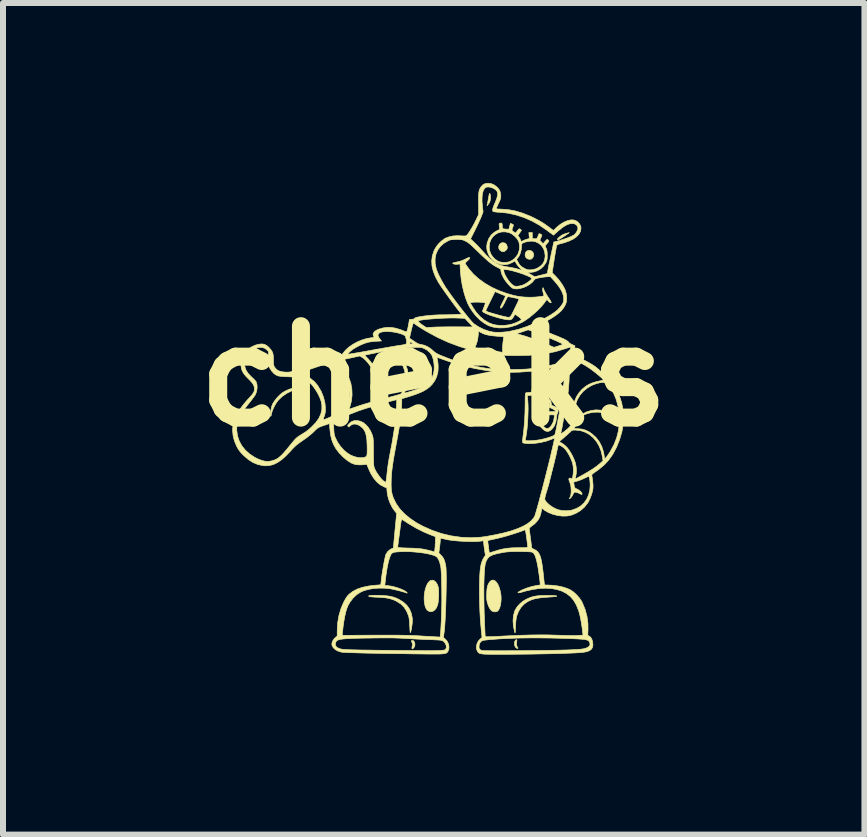
<source format=kicad_pcb>
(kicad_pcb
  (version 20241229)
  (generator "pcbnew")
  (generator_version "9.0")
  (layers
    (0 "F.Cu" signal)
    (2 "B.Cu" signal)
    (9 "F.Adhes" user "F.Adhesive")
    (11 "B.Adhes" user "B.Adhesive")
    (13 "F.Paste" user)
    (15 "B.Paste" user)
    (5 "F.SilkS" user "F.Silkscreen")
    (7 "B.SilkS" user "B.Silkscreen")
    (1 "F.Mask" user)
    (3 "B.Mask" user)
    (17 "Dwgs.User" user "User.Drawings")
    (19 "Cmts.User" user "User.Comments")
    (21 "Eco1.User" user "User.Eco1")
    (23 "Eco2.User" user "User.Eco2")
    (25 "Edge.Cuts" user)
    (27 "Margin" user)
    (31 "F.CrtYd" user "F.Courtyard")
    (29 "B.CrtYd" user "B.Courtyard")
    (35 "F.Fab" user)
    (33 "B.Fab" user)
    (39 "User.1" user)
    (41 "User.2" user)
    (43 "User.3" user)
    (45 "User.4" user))
  (footprint "cheeks"
    (layer "F.Cu")
    (at 4.18 3.222)
    (property "Reference" "cheeks" (at 0 0 0) (layer "F.SilkS") (effects (font (size 1.524 1.524) (thickness 0.3))))
    (attr through_hole)
    (fp_poly (pts (xy 1.611 -2.097) (xy 1.638 -2.084) (xy 1.657 -2.061) (xy 1.667 -2.031) (xy 1.664 -2.002) (xy 1.649 -1.972) (xy 1.625 -1.953) (xy 1.594 -1.949) (xy 1.559 -1.959) (xy 1.557 -1.96) (xy 1.535 -1.981) (xy 1.524 -2.009) (xy 1.524 -2.04) (xy 1.535 -2.069) (xy 1.551 -2.087) (xy 1.582 -2.099) (xy 1.611 -2.097)) (stroke (width 0.01) (type solid)) (fill yes) (layer "F.SilkS"))
    (fp_poly (pts (xy -0.336 4.41) (xy -0.322 4.429) (xy -0.314 4.456) (xy -0.314 4.485) (xy -0.324 4.514) (xy -0.331 4.524) (xy -0.348 4.542) (xy -0.359 4.545) (xy -0.364 4.533) (xy -0.364 4.53) (xy -0.361 4.51) (xy -0.356 4.492) (xy -0.352 4.468) (xy -0.36 4.445) (xy -0.37 4.421) (xy -0.37 4.407) (xy -0.36 4.403) (xy -0.357 4.403) (xy -0.336 4.41)) (stroke (width 0.01) (type solid)) (fill yes) (layer "F.SilkS"))
    (fp_poly (pts (xy 0.938 -3.042) (xy 0.946 -3.017) (xy 0.948 -2.983) (xy 0.945 -2.947) (xy 0.938 -2.916) (xy 0.936 -2.91) (xy 0.922 -2.884) (xy 0.906 -2.862) (xy 0.888 -2.841) (xy 0.894 -2.866) (xy 0.898 -2.885) (xy 0.903 -2.916) (xy 0.91 -2.954) (xy 0.914 -2.976) (xy 0.921 -3.014) (xy 0.926 -3.037) (xy 0.93 -3.048) (xy 0.934 -3.048) (xy 0.938 -3.042)) (stroke (width 0.01) (type solid)) (fill yes) (layer "F.SilkS"))
    (fp_poly (pts (xy 1.188 -2.22) (xy 1.212 -2.2) (xy 1.224 -2.167) (xy 1.225 -2.161) (xy 1.227 -2.137) (xy 1.221 -2.12) (xy 1.205 -2.101) (xy 1.204 -2.1) (xy 1.179 -2.081) (xy 1.156 -2.076) (xy 1.13 -2.082) (xy 1.103 -2.101) (xy 1.087 -2.126) (xy 1.083 -2.155) (xy 1.089 -2.183) (xy 1.104 -2.207) (xy 1.129 -2.223) (xy 1.154 -2.227) (xy 1.188 -2.22)) (stroke (width 0.01) (type solid)) (fill yes) (layer "F.SilkS"))
    (fp_poly (pts (xy 1.385 4.394) (xy 1.386 4.408) (xy 1.383 4.435) (xy 1.383 4.436) (xy 1.381 4.469) (xy 1.384 4.492) (xy 1.392 4.508) (xy 1.401 4.524) (xy 1.405 4.534) (xy 1.4 4.539) (xy 1.386 4.535) (xy 1.37 4.524) (xy 1.365 4.519) (xy 1.35 4.492) (xy 1.346 4.464) (xy 1.348 4.43) (xy 1.356 4.409) (xy 1.37 4.395) (xy 1.372 4.394) (xy 1.381 4.39) (xy 1.385 4.394)) (stroke (width 0.01) (type solid)) (fill yes) (layer "F.SilkS"))
    (fp_poly (pts (xy 2.259 -2.392) (xy 2.259 -2.392) (xy 2.251 -2.386) (xy 2.233 -2.374) (xy 2.207 -2.356) (xy 2.189 -2.343) (xy 2.142 -2.312) (xy 2.108 -2.291) (xy 2.084 -2.279) (xy 2.069 -2.275) (xy 2.061 -2.278) (xy 2.061 -2.278) (xy 2.064 -2.289) (xy 2.077 -2.306) (xy 2.099 -2.325) (xy 2.125 -2.345) (xy 2.151 -2.36) (xy 2.17 -2.368) (xy 2.195 -2.377) (xy 2.22 -2.385) (xy 2.242 -2.391) (xy 2.256 -2.394) (xy 2.259 -2.392)) (stroke (width 0.01) (type solid)) (fill yes) (layer "F.SilkS"))
    (fp_poly (pts (xy 0.01 3.409) (xy 0.037 3.434) (xy 0.06 3.47) (xy 0.076 3.516) (xy 0.077 3.521) (xy 0.082 3.557) (xy 0.083 3.605) (xy 0.083 3.658) (xy 0.08 3.712) (xy 0.075 3.762) (xy 0.068 3.803) (xy 0.064 3.817) (xy 0.044 3.863) (xy 0.017 3.897) (xy -0.014 3.918) (xy -0.047 3.926) (xy -0.081 3.918) (xy -0.091 3.912) (xy -0.114 3.893) (xy -0.131 3.867) (xy -0.144 3.831) (xy -0.153 3.789) (xy -0.16 3.727) (xy -0.159 3.664) (xy -0.152 3.602) (xy -0.139 3.544) (xy -0.121 3.492) (xy -0.099 3.449) (xy -0.073 3.418) (xy -0.052 3.404) (xy -0.02 3.399) (xy 0.01 3.409)) (stroke (width 0.01) (type solid)) (fill yes) (layer "F.SilkS"))
    (fp_poly (pts (xy -2.327 0.205) (xy -2.314 0.21) (xy -2.318 0.219) (xy -2.338 0.231) (xy -2.36 0.24) (xy -2.449 0.284) (xy -2.524 0.335) (xy -2.586 0.394) (xy -2.614 0.429) (xy -2.644 0.477) (xy -2.671 0.53) (xy -2.692 0.582) (xy -2.705 0.627) (xy -2.706 0.633) (xy -2.711 0.659) (xy -2.717 0.668) (xy -2.721 0.662) (xy -2.722 0.643) (xy -2.721 0.62) (xy -2.713 0.556) (xy -2.701 0.503) (xy -2.683 0.457) (xy -2.655 0.413) (xy -2.618 0.366) (xy -2.595 0.34) (xy -2.56 0.305) (xy -2.527 0.278) (xy -2.49 0.255) (xy -2.463 0.241) (xy -2.413 0.218) (xy -2.374 0.206) (xy -2.356 0.203) (xy -2.327 0.205)) (stroke (width 0.01) (type solid)) (fill yes) (layer "F.SilkS"))
    (fp_poly (pts (xy 1.025 3.412) (xy 1.051 3.439) (xy 1.075 3.479) (xy 1.095 3.53) (xy 1.111 3.59) (xy 1.12 3.638) (xy 1.124 3.694) (xy 1.122 3.75) (xy 1.115 3.804) (xy 1.103 3.851) (xy 1.087 3.888) (xy 1.067 3.914) (xy 1.059 3.92) (xy 1.027 3.928) (xy 0.992 3.924) (xy 0.963 3.909) (xy 0.943 3.886) (xy 0.922 3.85) (xy 0.904 3.806) (xy 0.89 3.761) (xy 0.888 3.751) (xy 0.884 3.719) (xy 0.882 3.676) (xy 0.883 3.628) (xy 0.885 3.58) (xy 0.889 3.536) (xy 0.895 3.503) (xy 0.897 3.496) (xy 0.913 3.457) (xy 0.935 3.425) (xy 0.959 3.404) (xy 0.968 3.4) (xy 0.997 3.398) (xy 1.025 3.412)) (stroke (width 0.01) (type solid)) (fill yes) (layer "F.SilkS"))
    (fp_poly (pts (xy -0.914 3.652) (xy -0.837 3.655) (xy -0.773 3.661) (xy -0.718 3.669) (xy -0.67 3.682) (xy -0.623 3.699) (xy -0.579 3.72) (xy -0.506 3.765) (xy -0.447 3.819) (xy -0.403 3.882) (xy -0.373 3.954) (xy -0.357 4.034) (xy -0.356 4.075) (xy -0.357 4.108) (xy -0.362 4.148) (xy -0.368 4.19) (xy -0.375 4.228) (xy -0.383 4.259) (xy -0.389 4.275) (xy -0.392 4.271) (xy -0.394 4.253) (xy -0.397 4.223) (xy -0.399 4.184) (xy -0.4 4.165) (xy -0.404 4.1) (xy -0.409 4.046) (xy -0.416 4.006) (xy -0.419 3.996) (xy -0.451 3.918) (xy -0.493 3.852) (xy -0.547 3.797) (xy -0.614 3.754) (xy -0.631 3.745) (xy -0.674 3.726) (xy -0.716 3.712) (xy -0.759 3.701) (xy -0.808 3.693) (xy -0.867 3.688) (xy -0.933 3.684) (xy -0.981 3.682) (xy -1.022 3.679) (xy -1.055 3.676) (xy -1.075 3.673) (xy -1.081 3.671) (xy -1.085 3.663) (xy -1.075 3.657) (xy -1.053 3.653) (xy -1.016 3.651) (xy -0.964 3.651) (xy -0.914 3.652)) (stroke (width 0.01) (type solid)) (fill yes) (layer "F.SilkS"))
    (fp_poly (pts (xy 1.95 3.654) (xy 1.995 3.655) (xy 2.026 3.657) (xy 2.043 3.66) (xy 2.05 3.665) (xy 2.048 3.67) (xy 2.038 3.672) (xy 2.015 3.674) (xy 1.98 3.677) (xy 1.938 3.68) (xy 1.9 3.683) (xy 1.814 3.689) (xy 1.742 3.699) (xy 1.681 3.711) (xy 1.629 3.727) (xy 1.582 3.748) (xy 1.574 3.752) (xy 1.51 3.795) (xy 1.457 3.851) (xy 1.414 3.919) (xy 1.384 3.995) (xy 1.38 4.009) (xy 1.376 4.033) (xy 1.371 4.07) (xy 1.367 4.114) (xy 1.364 4.162) (xy 1.364 4.174) (xy 1.362 4.221) (xy 1.36 4.253) (xy 1.358 4.272) (xy 1.356 4.279) (xy 1.354 4.276) (xy 1.35 4.264) (xy 1.348 4.259) (xy 1.328 4.164) (xy 1.322 4.074) (xy 1.329 3.991) (xy 1.349 3.917) (xy 1.363 3.887) (xy 1.394 3.839) (xy 1.438 3.791) (xy 1.489 3.749) (xy 1.541 3.718) (xy 1.589 3.696) (xy 1.635 3.679) (xy 1.683 3.667) (xy 1.737 3.659) (xy 1.799 3.655) (xy 1.874 3.653) (xy 1.889 3.653) (xy 1.95 3.654)) (stroke (width 0.01) (type solid)) (fill yes) (layer "F.SilkS"))
    (fp_poly (pts (xy 1.926 0.386) (xy 1.946 0.401) (xy 1.957 0.429) (xy 1.959 0.448) (xy 1.96 0.468) (xy 1.966 0.48) (xy 1.979 0.489) (xy 2.005 0.5) (xy 2.005 0.5) (xy 2.032 0.514) (xy 2.054 0.528) (xy 2.062 0.536) (xy 2.071 0.559) (xy 2.074 0.585) (xy 2.069 0.608) (xy 2.063 0.617) (xy 2.056 0.631) (xy 2.05 0.659) (xy 2.047 0.693) (xy 2.035 0.766) (xy 2.012 0.826) (xy 1.976 0.876) (xy 1.946 0.903) (xy 1.914 0.919) (xy 1.884 0.92) (xy 1.851 0.906) (xy 1.84 0.899) (xy 1.792 0.856) (xy 1.755 0.805) (xy 1.731 0.75) (xy 1.724 0.721) (xy 1.72 0.708) (xy 1.761 0.708) (xy 1.766 0.738) (xy 1.773 0.758) (xy 1.786 0.779) (xy 1.805 0.807) (xy 1.825 0.83) (xy 1.854 0.857) (xy 1.879 0.87) (xy 1.902 0.87) (xy 1.928 0.857) (xy 1.93 0.856) (xy 1.952 0.833) (xy 1.974 0.798) (xy 1.992 0.76) (xy 2.002 0.722) (xy 2.003 0.719) (xy 2.007 0.691) (xy 2.011 0.668) (xy 2.012 0.663) (xy 2.013 0.652) (xy 2.008 0.647) (xy 1.994 0.644) (xy 1.968 0.643) (xy 1.961 0.643) (xy 1.916 0.646) (xy 1.862 0.654) (xy 1.807 0.666) (xy 1.776 0.674) (xy 1.765 0.685) (xy 1.761 0.708) (xy 1.72 0.708) (xy 1.712 0.685) (xy 1.697 0.667) (xy 1.683 0.651) (xy 1.677 0.629) (xy 1.676 0.615) (xy 1.676 0.614) (xy 1.719 0.614) (xy 1.722 0.623) (xy 1.735 0.626) (xy 1.757 0.624) (xy 1.793 0.616) (xy 1.823 0.608) (xy 1.882 0.596) (xy 1.944 0.59) (xy 1.962 0.589) (xy 1.994 0.588) (xy 2.018 0.587) (xy 2.031 0.584) (xy 2.032 0.583) (xy 2.025 0.572) (xy 2.005 0.557) (xy 1.976 0.541) (xy 1.962 0.534) (xy 1.921 0.517) (xy 1.926 0.48) (xy 1.928 0.454) (xy 1.924 0.438) (xy 1.918 0.432) (xy 1.906 0.425) (xy 1.898 0.43) (xy 1.896 0.432) (xy 1.89 0.45) (xy 1.888 0.467) (xy 1.88 0.495) (xy 1.859 0.522) (xy 1.827 0.545) (xy 1.804 0.554) (xy 1.768 0.569) (xy 1.74 0.586) (xy 1.722 0.604) (xy 1.719 0.614) (xy 1.676 0.614) (xy 1.682 0.583) (xy 1.7 0.556) (xy 1.732 0.533) (xy 1.774 0.514) (xy 1.802 0.502) (xy 1.819 0.491) (xy 1.829 0.477) (xy 1.837 0.456) (xy 1.851 0.421) (xy 1.866 0.4) (xy 1.885 0.389) (xy 1.898 0.385) (xy 1.926 0.386)) (stroke (width 0.01) (type solid)) (fill yes) (layer "F.SilkS"))
    (fp_poly (pts (xy 0.601 -1.976) (xy 0.598 -1.964) (xy 0.584 -1.945) (xy 0.563 -1.925) (xy 0.542 -1.906) (xy 0.529 -1.89) (xy 0.525 -1.882) (xy 0.53 -1.872) (xy 0.543 -1.851) (xy 0.563 -1.823) (xy 0.587 -1.79) (xy 0.587 -1.789) (xy 0.662 -1.703) (xy 0.752 -1.622) (xy 0.854 -1.549) (xy 0.968 -1.483) (xy 1.091 -1.426) (xy 1.222 -1.379) (xy 1.229 -1.377) (xy 1.31 -1.354) (xy 1.381 -1.337) (xy 1.447 -1.326) (xy 1.514 -1.32) (xy 1.587 -1.317) (xy 1.596 -1.317) (xy 1.643 -1.318) (xy 1.69 -1.32) (xy 1.736 -1.324) (xy 1.776 -1.328) (xy 1.809 -1.333) (xy 1.83 -1.339) (xy 1.837 -1.344) (xy 1.835 -1.353) (xy 1.829 -1.374) (xy 1.824 -1.394) (xy 1.816 -1.428) (xy 1.815 -1.456) (xy 1.816 -1.463) (xy 1.82 -1.475) (xy 1.824 -1.476) (xy 1.83 -1.464) (xy 1.837 -1.443) (xy 1.848 -1.418) (xy 1.867 -1.384) (xy 1.889 -1.347) (xy 1.908 -1.317) (xy 1.93 -1.285) (xy 1.947 -1.257) (xy 1.957 -1.236) (xy 1.96 -1.227) (xy 1.949 -1.224) (xy 1.932 -1.232) (xy 1.913 -1.25) (xy 1.906 -1.259) (xy 1.893 -1.273) (xy 1.885 -1.278) (xy 1.885 -1.278) (xy 1.879 -1.27) (xy 1.866 -1.252) (xy 1.848 -1.228) (xy 1.847 -1.226) (xy 1.797 -1.165) (xy 1.736 -1.101) (xy 1.666 -1.038) (xy 1.594 -0.979) (xy 1.522 -0.928) (xy 1.477 -0.901) (xy 1.38 -0.855) (xy 1.28 -0.823) (xy 1.18 -0.807) (xy 1.082 -0.806) (xy 1.002 -0.817) (xy 0.966 -0.826) (xy 0.93 -0.838) (xy 0.911 -0.845) (xy 0.841 -0.885) (xy 0.771 -0.938) (xy 0.705 -1.004) (xy 0.645 -1.079) (xy 0.594 -1.16) (xy 0.567 -1.213) (xy 0.563 -1.223) (xy 0.609 -1.223) (xy 0.654 -1.147) (xy 0.71 -1.065) (xy 0.774 -0.994) (xy 0.844 -0.936) (xy 0.919 -0.891) (xy 0.997 -0.862) (xy 1.006 -0.86) (xy 1.063 -0.851) (xy 1.129 -0.847) (xy 1.197 -0.85) (xy 1.261 -0.859) (xy 1.283 -0.864) (xy 1.323 -0.875) (xy 1.363 -0.89) (xy 1.4 -0.906) (xy 1.431 -0.922) (xy 1.452 -0.936) (xy 1.46 -0.947) (xy 1.46 -0.947) (xy 1.454 -0.957) (xy 1.437 -0.974) (xy 1.413 -0.993) (xy 1.408 -0.997) (xy 1.355 -1.034) (xy 1.34 -1.007) (xy 1.32 -0.974) (xy 1.303 -0.954) (xy 1.286 -0.943) (xy 1.266 -0.94) (xy 1.261 -0.94) (xy 1.226 -0.942) (xy 1.182 -0.949) (xy 1.131 -0.96) (xy 1.078 -0.974) (xy 1.023 -0.99) (xy 0.97 -1.007) (xy 0.92 -1.024) (xy 0.877 -1.042) (xy 0.844 -1.058) (xy 0.821 -1.072) (xy 0.813 -1.084) (xy 0.813 -1.084) (xy 0.816 -1.096) (xy 0.817 -1.098) (xy 0.87 -1.098) (xy 0.875 -1.088) (xy 0.891 -1.078) (xy 0.891 -1.078) (xy 0.908 -1.071) (xy 0.938 -1.061) (xy 0.978 -1.049) (xy 1.024 -1.036) (xy 1.071 -1.023) (xy 1.118 -1.01) (xy 1.161 -1) (xy 1.181 -0.995) (xy 1.213 -0.988) (xy 1.237 -0.983) (xy 1.256 -0.984) (xy 1.271 -0.99) (xy 1.285 -1.005) (xy 1.3 -1.029) (xy 1.319 -1.065) (xy 1.342 -1.114) (xy 1.345 -1.12) (xy 1.367 -1.165) (xy 1.387 -1.206) (xy 1.403 -1.24) (xy 1.413 -1.264) (xy 1.417 -1.274) (xy 1.418 -1.282) (xy 1.413 -1.289) (xy 1.399 -1.294) (xy 1.374 -1.301) (xy 1.344 -1.307) (xy 1.308 -1.314) (xy 1.276 -1.321) (xy 1.254 -1.325) (xy 1.248 -1.327) (xy 1.238 -1.326) (xy 1.229 -1.319) (xy 1.218 -1.301) (xy 1.203 -1.27) (xy 1.202 -1.269) (xy 1.177 -1.217) (xy 1.155 -1.177) (xy 1.137 -1.149) (xy 1.124 -1.136) (xy 1.12 -1.135) (xy 1.112 -1.138) (xy 1.11 -1.148) (xy 1.117 -1.168) (xy 1.131 -1.199) (xy 1.151 -1.239) (xy 1.174 -1.283) (xy 1.188 -1.314) (xy 1.193 -1.334) (xy 1.19 -1.344) (xy 1.183 -1.346) (xy 1.171 -1.35) (xy 1.148 -1.358) (xy 1.117 -1.371) (xy 1.098 -1.379) (xy 1.022 -1.411) (xy 0.947 -1.259) (xy 0.924 -1.212) (xy 0.903 -1.17) (xy 0.887 -1.136) (xy 0.875 -1.111) (xy 0.87 -1.099) (xy 0.87 -1.098) (xy 0.817 -1.098) (xy 0.824 -1.118) (xy 0.836 -1.148) (xy 0.838 -1.153) (xy 0.852 -1.189) (xy 0.858 -1.211) (xy 0.855 -1.222) (xy 0.855 -1.223) (xy 0.843 -1.227) (xy 0.818 -1.23) (xy 0.784 -1.233) (xy 0.746 -1.235) (xy 0.707 -1.235) (xy 0.672 -1.235) (xy 0.646 -1.232) (xy 0.637 -1.231) (xy 0.609 -1.223) (xy 0.563 -1.223) (xy 0.532 -1.302) (xy 0.502 -1.403) (xy 0.476 -1.513) (xy 0.457 -1.626) (xy 0.445 -1.739) (xy 0.443 -1.772) (xy 0.438 -1.872) (xy 0.399 -1.867) (xy 0.373 -1.866) (xy 0.348 -1.868) (xy 0.328 -1.874) (xy 0.317 -1.88) (xy 0.318 -1.887) (xy 0.33 -1.892) (xy 0.353 -1.898) (xy 0.384 -1.904) (xy 0.388 -1.905) (xy 0.442 -1.918) (xy 0.499 -1.94) (xy 0.516 -1.948) (xy 0.547 -1.963) (xy 0.573 -1.975) (xy 0.589 -1.981) (xy 0.592 -1.981) (xy 0.601 -1.976)) (stroke (width 0.01) (type solid)) (fill yes) (layer "F.SilkS"))
    (fp_poly (pts (xy 0.962 -3.21) (xy 1.012 -3.187) (xy 1.058 -3.15) (xy 1.091 -3.111) (xy 1.109 -3.072) (xy 1.117 -3.026) (xy 1.118 -3.007) (xy 1.116 -2.981) (xy 1.112 -2.956) (xy 1.102 -2.928) (xy 1.085 -2.892) (xy 1.079 -2.88) (xy 1.064 -2.846) (xy 1.051 -2.818) (xy 1.043 -2.8) (xy 1.041 -2.794) (xy 1.049 -2.791) (xy 1.07 -2.788) (xy 1.101 -2.787) (xy 1.125 -2.786) (xy 1.238 -2.778) (xy 1.358 -2.756) (xy 1.482 -2.719) (xy 1.608 -2.669) (xy 1.647 -2.651) (xy 1.71 -2.619) (xy 1.764 -2.59) (xy 1.815 -2.56) (xy 1.867 -2.525) (xy 1.923 -2.484) (xy 1.996 -2.43) (xy 2.05 -2.483) (xy 2.108 -2.531) (xy 2.169 -2.568) (xy 2.233 -2.595) (xy 2.29 -2.607) (xy 2.341 -2.604) (xy 2.384 -2.585) (xy 2.401 -2.572) (xy 2.434 -2.536) (xy 2.451 -2.499) (xy 2.455 -2.466) (xy 2.447 -2.416) (xy 2.422 -2.37) (xy 2.382 -2.327) (xy 2.328 -2.288) (xy 2.259 -2.255) (xy 2.178 -2.226) (xy 2.148 -2.218) (xy 2.107 -2.208) (xy 2.08 -2.2) (xy 2.063 -2.193) (xy 2.054 -2.185) (xy 2.049 -2.176) (xy 2.047 -2.17) (xy 2.043 -2.152) (xy 2.038 -2.12) (xy 2.03 -2.078) (xy 2.022 -2.029) (xy 2.013 -1.976) (xy 2.005 -1.922) (xy 1.996 -1.871) (xy 1.99 -1.826) (xy 1.986 -1.8) (xy 1.975 -1.726) (xy 2.032 -1.668) (xy 2.08 -1.615) (xy 2.123 -1.557) (xy 2.161 -1.499) (xy 2.188 -1.446) (xy 2.193 -1.433) (xy 2.208 -1.382) (xy 2.216 -1.327) (xy 2.216 -1.274) (xy 2.209 -1.229) (xy 2.207 -1.224) (xy 2.187 -1.177) (xy 2.159 -1.132) (xy 2.123 -1.088) (xy 2.076 -1.046) (xy 2.018 -1.002) (xy 1.947 -0.957) (xy 1.862 -0.909) (xy 1.789 -0.871) (xy 1.75 -0.851) (xy 1.718 -0.833) (xy 1.695 -0.82) (xy 1.683 -0.812) (xy 1.683 -0.81) (xy 1.694 -0.806) (xy 1.716 -0.798) (xy 1.736 -0.792) (xy 1.777 -0.778) (xy 1.828 -0.759) (xy 1.885 -0.738) (xy 1.946 -0.714) (xy 2.006 -0.69) (xy 2.063 -0.667) (xy 2.113 -0.646) (xy 2.153 -0.629) (xy 2.175 -0.619) (xy 2.209 -0.6) (xy 2.235 -0.583) (xy 2.248 -0.57) (xy 2.25 -0.567) (xy 2.26 -0.555) (xy 2.282 -0.541) (xy 2.304 -0.53) (xy 2.354 -0.508) (xy 2.349 -0.472) (xy 2.345 -0.443) (xy 2.339 -0.407) (xy 2.336 -0.386) (xy 2.332 -0.355) (xy 2.335 -0.336) (xy 2.346 -0.326) (xy 2.369 -0.32) (xy 2.384 -0.318) (xy 2.412 -0.31) (xy 2.451 -0.295) (xy 2.497 -0.274) (xy 2.546 -0.249) (xy 2.597 -0.221) (xy 2.644 -0.193) (xy 2.685 -0.166) (xy 2.693 -0.16) (xy 2.737 -0.125) (xy 2.788 -0.08) (xy 2.842 -0.029) (xy 2.894 0.025) (xy 2.942 0.077) (xy 2.981 0.124) (xy 2.987 0.132) (xy 3.048 0.225) (xy 3.096 0.326) (xy 3.131 0.436) (xy 3.155 0.552) (xy 3.165 0.675) (xy 3.159 0.799) (xy 3.137 0.926) (xy 3.099 1.055) (xy 3.045 1.189) (xy 3.043 1.192) (xy 2.985 1.301) (xy 2.918 1.396) (xy 2.839 1.481) (xy 2.748 1.556) (xy 2.72 1.576) (xy 2.684 1.601) (xy 2.659 1.619) (xy 2.644 1.631) (xy 2.637 1.642) (xy 2.635 1.651) (xy 2.637 1.662) (xy 2.637 1.663) (xy 2.646 1.715) (xy 2.652 1.769) (xy 2.656 1.82) (xy 2.655 1.863) (xy 2.654 1.874) (xy 2.645 1.923) (xy 2.628 1.98) (xy 2.606 2.037) (xy 2.581 2.089) (xy 2.566 2.114) (xy 2.512 2.182) (xy 2.446 2.24) (xy 2.369 2.286) (xy 2.29 2.317) (xy 2.22 2.33) (xy 2.144 2.331) (xy 2.064 2.321) (xy 1.986 2.301) (xy 1.912 2.272) (xy 1.848 2.235) (xy 1.835 2.225) (xy 1.804 2.2) (xy 1.8 2.22) (xy 1.796 2.239) (xy 1.79 2.268) (xy 1.787 2.284) (xy 1.767 2.349) (xy 1.733 2.407) (xy 1.684 2.459) (xy 1.638 2.494) (xy 1.615 2.512) (xy 1.598 2.527) (xy 1.592 2.536) (xy 1.593 2.548) (xy 1.596 2.573) (xy 1.601 2.61) (xy 1.607 2.654) (xy 1.613 2.701) (xy 1.62 2.75) (xy 1.625 2.794) (xy 1.63 2.828) (xy 1.633 2.852) (xy 1.634 2.861) (xy 1.641 2.868) (xy 1.659 2.878) (xy 1.677 2.887) (xy 1.706 2.902) (xy 1.731 2.923) (xy 1.751 2.949) (xy 1.769 2.983) (xy 1.784 3.027) (xy 1.797 3.082) (xy 1.808 3.149) (xy 1.819 3.231) (xy 1.825 3.279) (xy 1.831 3.334) (xy 1.836 3.383) (xy 1.84 3.424) (xy 1.844 3.455) (xy 1.845 3.472) (xy 1.846 3.475) (xy 1.853 3.478) (xy 1.873 3.48) (xy 1.89 3.48) (xy 1.978 3.484) (xy 2.065 3.495) (xy 2.147 3.512) (xy 2.22 3.535) (xy 2.273 3.558) (xy 2.325 3.592) (xy 2.377 3.638) (xy 2.424 3.691) (xy 2.462 3.746) (xy 2.474 3.768) (xy 2.523 3.885) (xy 2.555 4.003) (xy 2.571 4.122) (xy 2.572 4.219) (xy 2.568 4.319) (xy 2.591 4.331) (xy 2.616 4.35) (xy 2.634 4.378) (xy 2.647 4.42) (xy 2.649 4.432) (xy 2.654 4.48) (xy 2.647 4.52) (xy 2.628 4.551) (xy 2.595 4.575) (xy 2.549 4.592) (xy 2.488 4.603) (xy 2.456 4.606) (xy 2.414 4.609) (xy 2.357 4.612) (xy 2.289 4.615) (xy 2.21 4.618) (xy 2.121 4.621) (xy 2.026 4.623) (xy 1.924 4.626) (xy 1.819 4.628) (xy 1.711 4.63) (xy 1.602 4.632) (xy 1.494 4.633) (xy 1.388 4.634) (xy 1.287 4.635) (xy 1.191 4.636) (xy 1.102 4.636) (xy 1.022 4.636) (xy 0.953 4.635) (xy 0.895 4.634) (xy 0.852 4.633) (xy 0.826 4.631) (xy 0.788 4.626) (xy 0.764 4.62) (xy 0.747 4.609) (xy 0.733 4.592) (xy 0.728 4.585) (xy 0.714 4.546) (xy 0.712 4.502) (xy 0.714 4.493) (xy 0.756 4.493) (xy 0.756 4.529) (xy 0.767 4.552) (xy 0.79 4.566) (xy 0.814 4.572) (xy 0.83 4.573) (xy 0.862 4.574) (xy 0.908 4.575) (xy 0.965 4.575) (xy 1.034 4.576) (xy 1.111 4.576) (xy 1.196 4.576) (xy 1.286 4.575) (xy 1.381 4.575) (xy 1.479 4.574) (xy 1.577 4.573) (xy 1.675 4.572) (xy 1.771 4.571) (xy 1.863 4.57) (xy 1.95 4.569) (xy 2.03 4.567) (xy 2.102 4.566) (xy 2.163 4.564) (xy 2.206 4.563) (xy 2.289 4.56) (xy 2.357 4.556) (xy 2.412 4.553) (xy 2.457 4.549) (xy 2.492 4.544) (xy 2.52 4.538) (xy 2.543 4.53) (xy 2.562 4.522) (xy 2.568 4.519) (xy 2.595 4.497) (xy 2.606 4.472) (xy 2.601 4.441) (xy 2.599 4.435) (xy 2.591 4.421) (xy 2.58 4.409) (xy 2.564 4.4) (xy 2.54 4.393) (xy 2.508 4.387) (xy 2.464 4.383) (xy 2.407 4.379) (xy 2.346 4.376) (xy 2.152 4.369) (xy 1.959 4.364) (xy 1.772 4.362) (xy 1.591 4.362) (xy 1.419 4.364) (xy 1.257 4.37) (xy 1.107 4.377) (xy 0.972 4.387) (xy 0.936 4.39) (xy 0.887 4.395) (xy 0.852 4.399) (xy 0.828 4.403) (xy 0.811 4.408) (xy 0.799 4.414) (xy 0.789 4.423) (xy 0.785 4.427) (xy 0.766 4.451) (xy 0.758 4.48) (xy 0.756 4.493) (xy 0.714 4.493) (xy 0.722 4.456) (xy 0.743 4.414) (xy 0.774 4.38) (xy 0.805 4.355) (xy 0.792 4.228) (xy 0.778 4.072) (xy 0.769 3.914) (xy 0.764 3.75) (xy 0.762 3.616) (xy 0.836 3.616) (xy 0.837 3.727) (xy 0.839 3.844) (xy 0.842 3.964) (xy 0.844 4.013) (xy 0.847 4.085) (xy 0.849 4.152) (xy 0.852 4.211) (xy 0.854 4.261) (xy 0.856 4.301) (xy 0.857 4.327) (xy 0.858 4.339) (xy 0.859 4.339) (xy 0.868 4.342) (xy 0.894 4.342) (xy 0.937 4.342) (xy 0.997 4.34) (xy 1.073 4.336) (xy 1.119 4.333) (xy 1.199 4.329) (xy 1.288 4.325) (xy 1.381 4.321) (xy 1.472 4.317) (xy 1.556 4.315) (xy 1.609 4.313) (xy 1.701 4.312) (xy 1.804 4.311) (xy 1.909 4.312) (xy 2.011 4.315) (xy 2.079 4.317) (xy 2.146 4.319) (xy 2.212 4.321) (xy 2.274 4.322) (xy 2.33 4.322) (xy 2.374 4.322) (xy 2.402 4.321) (xy 2.489 4.315) (xy 2.484 4.277) (xy 2.472 4.18) (xy 2.459 4.099) (xy 2.447 4.03) (xy 2.433 3.971) (xy 2.419 3.92) (xy 2.415 3.908) (xy 2.379 3.816) (xy 2.334 3.738) (xy 2.28 3.674) (xy 2.215 3.623) (xy 2.14 3.583) (xy 2.053 3.555) (xy 1.964 3.539) (xy 1.869 3.533) (xy 1.764 3.538) (xy 1.653 3.554) (xy 1.538 3.579) (xy 1.487 3.594) (xy 1.444 3.606) (xy 1.417 3.61) (xy 1.404 3.608) (xy 1.406 3.601) (xy 1.423 3.589) (xy 1.454 3.572) (xy 1.494 3.553) (xy 1.568 3.525) (xy 1.634 3.505) (xy 1.699 3.491) (xy 1.714 3.489) (xy 1.743 3.484) (xy 1.765 3.48) (xy 1.775 3.477) (xy 1.775 3.477) (xy 1.775 3.468) (xy 1.773 3.444) (xy 1.77 3.41) (xy 1.764 3.368) (xy 1.758 3.321) (xy 1.751 3.272) (xy 1.744 3.224) (xy 1.737 3.18) (xy 1.73 3.143) (xy 1.727 3.128) (xy 1.713 3.064) (xy 1.698 3.015) (xy 1.684 2.979) (xy 1.668 2.954) (xy 1.657 2.943) (xy 1.648 2.937) (xy 1.637 2.932) (xy 1.622 2.929) (xy 1.601 2.927) (xy 1.57 2.925) (xy 1.529 2.924) (xy 1.473 2.923) (xy 1.454 2.922) (xy 1.375 2.922) (xy 1.308 2.923) (xy 1.25 2.926) (xy 1.196 2.931) (xy 1.143 2.94) (xy 1.086 2.951) (xy 1.063 2.956) (xy 1.002 2.972) (xy 0.956 2.99) (xy 0.922 3.012) (xy 0.896 3.041) (xy 0.876 3.078) (xy 0.863 3.114) (xy 0.856 3.146) (xy 0.85 3.194) (xy 0.845 3.256) (xy 0.841 3.331) (xy 0.838 3.417) (xy 0.836 3.512) (xy 0.836 3.616) (xy 0.762 3.616) (xy 0.762 3.584) (xy 0.763 3.477) (xy 0.765 3.385) (xy 0.768 3.307) (xy 0.773 3.241) (xy 0.78 3.185) (xy 0.789 3.137) (xy 0.801 3.096) (xy 0.815 3.061) (xy 0.832 3.029) (xy 0.837 3.022) (xy 0.861 2.984) (xy 0.85 2.912) (xy 0.844 2.871) (xy 0.838 2.829) (xy 0.834 2.795) (xy 0.834 2.791) (xy 0.829 2.752) (xy 0.9 2.752) (xy 0.901 2.755) (xy 0.903 2.771) (xy 0.907 2.799) (xy 0.912 2.834) (xy 0.915 2.86) (xy 0.92 2.896) (xy 0.923 2.924) (xy 0.926 2.942) (xy 0.926 2.946) (xy 0.934 2.944) (xy 0.954 2.937) (xy 0.983 2.927) (xy 1 2.922) (xy 1.079 2.897) (xy 1.154 2.879) (xy 1.229 2.867) (xy 1.309 2.86) (xy 1.4 2.858) (xy 1.412 2.858) (xy 1.466 2.857) (xy 1.506 2.857) (xy 1.534 2.856) (xy 1.552 2.854) (xy 1.561 2.851) (xy 1.565 2.847) (xy 1.566 2.841) (xy 1.566 2.841) (xy 1.565 2.828) (xy 1.562 2.8) (xy 1.558 2.763) (xy 1.552 2.719) (xy 1.548 2.691) (xy 1.541 2.64) (xy 1.535 2.604) (xy 1.531 2.58) (xy 1.526 2.567) (xy 1.521 2.561) (xy 1.516 2.562) (xy 1.46 2.584) (xy 1.39 2.608) (xy 1.312 2.633) (xy 1.23 2.658) (xy 1.148 2.681) (xy 1.069 2.701) (xy 0.998 2.717) (xy 0.992 2.718) (xy 0.951 2.727) (xy 0.924 2.733) (xy 0.908 2.739) (xy 0.901 2.745) (xy 0.9 2.752) (xy 0.829 2.752) (xy 0.828 2.742) (xy 0.78 2.749) (xy 0.725 2.754) (xy 0.657 2.756) (xy 0.58 2.755) (xy 0.499 2.752) (xy 0.417 2.747) (xy 0.339 2.74) (xy 0.267 2.731) (xy 0.208 2.72) (xy 0.196 2.717) (xy 0.163 2.71) (xy 0.136 2.704) (xy 0.12 2.701) (xy 0.118 2.701) (xy 0.113 2.708) (xy 0.11 2.726) (xy 0.11 2.729) (xy 0.109 2.749) (xy 0.106 2.781) (xy 0.102 2.82) (xy 0.098 2.852) (xy 0.085 2.946) (xy 0.125 2.986) (xy 0.151 3.016) (xy 0.17 3.049) (xy 0.185 3.09) (xy 0.197 3.142) (xy 0.204 3.183) (xy 0.206 3.215) (xy 0.208 3.261) (xy 0.209 3.319) (xy 0.21 3.389) (xy 0.209 3.466) (xy 0.208 3.551) (xy 0.206 3.639) (xy 0.204 3.73) (xy 0.201 3.821) (xy 0.198 3.91) (xy 0.194 3.995) (xy 0.19 4.074) (xy 0.185 4.144) (xy 0.181 4.204) (xy 0.176 4.252) (xy 0.173 4.271) (xy 0.161 4.355) (xy 0.191 4.38) (xy 0.223 4.415) (xy 0.244 4.458) (xy 0.254 4.504) (xy 0.252 4.548) (xy 0.238 4.586) (xy 0.231 4.596) (xy 0.225 4.604) (xy 0.216 4.611) (xy 0.205 4.617) (xy 0.189 4.622) (xy 0.168 4.625) (xy 0.14 4.628) (xy 0.104 4.63) (xy 0.058 4.631) (xy 0.001 4.631) (xy -0.068 4.631) (xy -0.15 4.63) (xy -0.246 4.629) (xy -0.33 4.628) (xy -0.513 4.625) (xy -0.682 4.623) (xy -0.837 4.621) (xy -0.977 4.618) (xy -1.103 4.616) (xy -1.214 4.613) (xy -1.309 4.61) (xy -1.389 4.608) (xy -1.452 4.605) (xy -1.5 4.603) (xy -1.531 4.6) (xy -1.543 4.598) (xy -1.597 4.581) (xy -1.643 4.555) (xy -1.676 4.523) (xy -1.695 4.487) (xy -1.697 4.479) (xy -1.697 4.467) (xy -1.641 4.467) (xy -1.634 4.496) (xy -1.611 4.521) (xy -1.572 4.539) (xy -1.556 4.544) (xy -1.543 4.547) (xy -1.528 4.55) (xy -1.507 4.552) (xy -1.482 4.554) (xy -1.45 4.556) (xy -1.411 4.558) (xy -1.364 4.56) (xy -1.308 4.561) (xy -1.242 4.563) (xy -1.164 4.564) (xy -1.075 4.565) (xy -0.972 4.567) (xy -0.855 4.568) (xy -0.724 4.569) (xy -0.588 4.571) (xy -0.456 4.572) (xy -0.34 4.573) (xy -0.239 4.573) (xy -0.151 4.574) (xy -0.076 4.574) (xy -0.013 4.574) (xy 0.039 4.573) (xy 0.082 4.572) (xy 0.116 4.57) (xy 0.143 4.568) (xy 0.163 4.566) (xy 0.177 4.563) (xy 0.187 4.559) (xy 0.194 4.555) (xy 0.198 4.551) (xy 0.21 4.523) (xy 0.208 4.49) (xy 0.195 4.457) (xy 0.172 4.427) (xy 0.152 4.412) (xy 0.141 4.407) (xy 0.127 4.403) (xy 0.106 4.399) (xy 0.077 4.397) (xy 0.036 4.395) (xy -0.017 4.392) (xy -0.049 4.391) (xy -0.111 4.389) (xy -0.185 4.386) (xy -0.265 4.382) (xy -0.345 4.378) (xy -0.419 4.373) (xy -0.436 4.372) (xy -0.496 4.369) (xy -0.555 4.366) (xy -0.614 4.364) (xy -0.677 4.362) (xy -0.746 4.362) (xy -0.823 4.362) (xy -0.912 4.362) (xy -1.015 4.363) (xy -1.037 4.364) (xy -1.15 4.365) (xy -1.248 4.367) (xy -1.331 4.369) (xy -1.4 4.372) (xy -1.458 4.375) (xy -1.505 4.379) (xy -1.543 4.384) (xy -1.572 4.39) (xy -1.594 4.397) (xy -1.61 4.405) (xy -1.621 4.415) (xy -1.629 4.426) (xy -1.632 4.432) (xy -1.641 4.467) (xy -1.697 4.467) (xy -1.697 4.449) (xy -1.685 4.414) (xy -1.664 4.38) (xy -1.639 4.355) (xy -1.609 4.331) (xy -1.609 4.319) (xy -1.525 4.319) (xy -0.993 4.316) (xy -0.853 4.316) (xy -0.73 4.316) (xy -0.621 4.316) (xy -0.525 4.317) (xy -0.442 4.319) (xy -0.371 4.321) (xy -0.31 4.323) (xy -0.279 4.325) (xy -0.217 4.329) (xy -0.154 4.333) (xy -0.093 4.336) (xy -0.039 4.339) (xy 0.003 4.342) (xy 0.004 4.342) (xy 0.106 4.348) (xy 0.111 4.306) (xy 0.113 4.286) (xy 0.116 4.252) (xy 0.119 4.206) (xy 0.122 4.153) (xy 0.125 4.094) (xy 0.127 4.052) (xy 0.13 3.977) (xy 0.132 3.896) (xy 0.134 3.81) (xy 0.135 3.721) (xy 0.134 3.632) (xy 0.134 3.544) (xy 0.132 3.46) (xy 0.13 3.382) (xy 0.128 3.312) (xy 0.124 3.251) (xy 0.121 3.203) (xy 0.116 3.168) (xy 0.115 3.16) (xy 0.098 3.098) (xy 0.08 3.052) (xy 0.059 3.021) (xy 0.045 3.007) (xy 0.014 2.991) (xy -0.032 2.976) (xy -0.089 2.962) (xy -0.155 2.949) (xy -0.228 2.939) (xy -0.304 2.931) (xy -0.382 2.925) (xy -0.459 2.923) (xy -0.516 2.923) (xy -0.577 2.926) (xy -0.622 2.929) (xy -0.656 2.934) (xy -0.68 2.941) (xy -0.697 2.952) (xy -0.71 2.966) (xy -0.719 2.984) (xy -0.737 3.029) (xy -0.754 3.088) (xy -0.77 3.161) (xy -0.785 3.243) (xy -0.798 3.335) (xy -0.809 3.43) (xy -0.815 3.486) (xy -0.76 3.491) (xy -0.707 3.499) (xy -0.651 3.512) (xy -0.595 3.529) (xy -0.544 3.548) (xy -0.499 3.568) (xy -0.465 3.588) (xy -0.448 3.603) (xy -0.441 3.614) (xy -0.445 3.615) (xy -0.451 3.613) (xy -0.49 3.6) (xy -0.54 3.585) (xy -0.596 3.571) (xy -0.652 3.558) (xy -0.703 3.547) (xy -0.73 3.542) (xy -0.819 3.533) (xy -0.91 3.532) (xy -1 3.538) (xy -1.084 3.552) (xy -1.159 3.573) (xy -1.212 3.595) (xy -1.281 3.638) (xy -1.343 3.696) (xy -1.397 3.767) (xy -1.428 3.821) (xy -1.447 3.868) (xy -1.466 3.93) (xy -1.483 4.004) (xy -1.498 4.088) (xy -1.511 4.18) (xy -1.52 4.261) (xy -1.525 4.319) (xy -1.609 4.319) (xy -1.609 4.25) (xy -1.602 4.115) (xy -1.58 3.988) (xy -1.544 3.867) (xy -1.503 3.771) (xy -1.477 3.722) (xy -1.455 3.685) (xy -1.432 3.656) (xy -1.411 3.634) (xy -1.348 3.586) (xy -1.273 3.547) (xy -1.184 3.517) (xy -1.081 3.496) (xy -0.998 3.486) (xy -0.882 3.476) (xy -0.876 3.413) (xy -0.872 3.373) (xy -0.865 3.324) (xy -0.857 3.269) (xy -0.847 3.211) (xy -0.837 3.153) (xy -0.827 3.098) (xy -0.817 3.049) (xy -0.808 3.008) (xy -0.801 2.98) (xy -0.797 2.969) (xy -0.768 2.923) (xy -0.727 2.888) (xy -0.702 2.875) (xy -0.671 2.863) (xy -0.671 2.851) (xy -0.601 2.851) (xy -0.593 2.854) (xy -0.57 2.857) (xy -0.533 2.86) (xy -0.484 2.862) (xy -0.426 2.864) (xy -0.417 2.864) (xy -0.349 2.866) (xy -0.295 2.869) (xy -0.25 2.872) (xy -0.211 2.876) (xy -0.175 2.882) (xy -0.137 2.889) (xy -0.135 2.89) (xy -0.095 2.899) (xy -0.059 2.908) (xy -0.031 2.915) (xy -0.017 2.92) (xy 0.001 2.926) (xy 0.01 2.929) (xy 0.013 2.921) (xy 0.017 2.901) (xy 0.02 2.872) (xy 0.021 2.868) (xy 0.024 2.826) (xy 0.026 2.779) (xy 0.028 2.741) (xy 0.03 2.675) (xy -0.059 2.641) (xy -0.177 2.591) (xy -0.297 2.53) (xy -0.412 2.462) (xy -0.43 2.451) (xy -0.465 2.427) (xy -0.496 2.408) (xy -0.518 2.394) (xy -0.53 2.388) (xy -0.531 2.387) (xy -0.536 2.395) (xy -0.542 2.413) (xy -0.544 2.423) (xy -0.547 2.441) (xy -0.551 2.472) (xy -0.557 2.513) (xy -0.563 2.56) (xy -0.57 2.612) (xy -0.577 2.665) (xy -0.584 2.716) (xy -0.59 2.763) (xy -0.595 2.803) (xy -0.599 2.832) (xy -0.601 2.849) (xy -0.601 2.851) (xy -0.671 2.851) (xy -0.666 2.784) (xy -0.663 2.753) (xy -0.659 2.708) (xy -0.654 2.654) (xy -0.648 2.593) (xy -0.642 2.53) (xy -0.639 2.495) (xy -0.618 2.285) (xy -0.642 2.257) (xy -0.687 2.195) (xy -0.725 2.122) (xy -0.755 2.043) (xy -0.773 1.962) (xy -0.777 1.928) (xy -0.783 1.861) (xy -0.823 1.846) (xy -0.887 1.812) (xy -0.9 1.802) (xy -0.71 1.802) (xy -0.708 1.864) (xy -0.703 1.917) (xy -0.693 1.966) (xy -0.678 2.013) (xy -0.671 2.032) (xy -0.626 2.123) (xy -0.565 2.211) (xy -0.487 2.293) (xy -0.394 2.37) (xy -0.286 2.443) (xy -0.179 2.501) (xy -0.025 2.569) (xy 0.133 2.623) (xy 0.295 2.661) (xy 0.458 2.684) (xy 0.621 2.691) (xy 0.782 2.683) (xy 0.872 2.671) (xy 1.029 2.642) (xy 1.17 2.611) (xy 1.294 2.577) (xy 1.401 2.539) (xy 1.492 2.499) (xy 1.567 2.456) (xy 1.625 2.409) (xy 1.667 2.36) (xy 1.681 2.336) (xy 1.688 2.319) (xy 1.698 2.287) (xy 1.711 2.243) (xy 1.727 2.188) (xy 1.745 2.123) (xy 1.764 2.052) (xy 1.851 2.052) (xy 1.867 2.083) (xy 1.896 2.115) (xy 1.934 2.149) (xy 1.979 2.18) (xy 2.028 2.206) (xy 2.076 2.226) (xy 2.078 2.226) (xy 2.141 2.239) (xy 2.211 2.242) (xy 2.282 2.235) (xy 2.302 2.231) (xy 2.38 2.204) (xy 2.447 2.165) (xy 2.504 2.113) (xy 2.549 2.051) (xy 2.582 1.978) (xy 2.602 1.897) (xy 2.608 1.817) (xy 2.606 1.777) (xy 2.603 1.739) (xy 2.598 1.706) (xy 2.592 1.681) (xy 2.586 1.669) (xy 2.584 1.668) (xy 2.574 1.671) (xy 2.554 1.681) (xy 2.525 1.694) (xy 2.509 1.702) (xy 2.469 1.72) (xy 2.427 1.736) (xy 2.39 1.748) (xy 2.383 1.75) (xy 2.353 1.758) (xy 2.337 1.766) (xy 2.332 1.773) (xy 2.333 1.777) (xy 2.337 1.793) (xy 2.341 1.818) (xy 2.342 1.825) (xy 2.347 1.849) (xy 2.357 1.863) (xy 2.378 1.875) (xy 2.382 1.877) (xy 2.415 1.894) (xy 2.443 1.915) (xy 2.463 1.937) (xy 2.472 1.955) (xy 2.472 1.957) (xy 2.472 1.968) (xy 2.467 1.971) (xy 2.455 1.967) (xy 2.431 1.956) (xy 2.431 1.955) (xy 2.403 1.943) (xy 2.375 1.935) (xy 2.369 1.934) (xy 2.353 1.932) (xy 2.342 1.936) (xy 2.332 1.949) (xy 2.32 1.973) (xy 2.305 2) (xy 2.288 2.022) (xy 2.279 2.031) (xy 2.258 2.044) (xy 2.274 2.015) (xy 2.284 1.985) (xy 2.29 1.944) (xy 2.291 1.896) (xy 2.288 1.849) (xy 2.281 1.805) (xy 2.271 1.775) (xy 2.26 1.748) (xy 2.253 1.726) (xy 2.252 1.718) (xy 2.257 1.701) (xy 2.269 1.696) (xy 2.28 1.701) (xy 2.295 1.71) (xy 2.307 1.703) (xy 2.316 1.681) (xy 2.319 1.668) (xy 2.326 1.614) (xy 2.328 1.553) (xy 2.323 1.494) (xy 2.315 1.453) (xy 2.301 1.41) (xy 2.28 1.361) (xy 2.254 1.31) (xy 2.226 1.263) (xy 2.2 1.225) (xy 2.192 1.216) (xy 2.171 1.196) (xy 2.146 1.176) (xy 2.12 1.16) (xy 2.097 1.148) (xy 2.081 1.144) (xy 2.077 1.146) (xy 2.074 1.155) (xy 2.068 1.178) (xy 2.061 1.209) (xy 2.057 1.229) (xy 2.051 1.261) (xy 2.041 1.306) (xy 2.028 1.359) (xy 2.014 1.418) (xy 1.999 1.479) (xy 1.994 1.499) (xy 1.979 1.558) (xy 1.964 1.616) (xy 1.951 1.669) (xy 1.939 1.714) (xy 1.931 1.748) (xy 1.929 1.757) (xy 1.92 1.793) (xy 1.907 1.838) (xy 1.892 1.888) (xy 1.879 1.93) (xy 1.865 1.975) (xy 1.856 2.013) (xy 1.851 2.04) (xy 1.851 2.052) (xy 1.764 2.052) (xy 1.764 2.05) (xy 1.785 1.971) (xy 1.808 1.887) (xy 1.83 1.799) (xy 1.853 1.71) (xy 1.876 1.62) (xy 1.898 1.531) (xy 1.92 1.445) (xy 1.94 1.363) (xy 1.958 1.287) (xy 1.974 1.218) (xy 1.988 1.158) (xy 1.999 1.108) (xy 2.003 1.091) (xy 2.092 1.091) (xy 2.137 1.116) (xy 2.166 1.136) (xy 2.198 1.163) (xy 2.226 1.191) (xy 2.256 1.23) (xy 2.287 1.28) (xy 2.317 1.336) (xy 2.343 1.393) (xy 2.362 1.446) (xy 2.366 1.462) (xy 2.375 1.516) (xy 2.379 1.574) (xy 2.375 1.63) (xy 2.367 1.671) (xy 2.362 1.688) (xy 2.36 1.699) (xy 2.362 1.705) (xy 2.37 1.705) (xy 2.387 1.698) (xy 2.413 1.684) (xy 2.452 1.663) (xy 2.485 1.645) (xy 2.571 1.595) (xy 2.65 1.546) (xy 2.717 1.499) (xy 2.771 1.455) (xy 2.776 1.45) (xy 2.822 1.409) (xy 2.812 1.343) (xy 2.791 1.25) (xy 2.758 1.165) (xy 2.714 1.09) (xy 2.66 1.026) (xy 2.598 0.973) (xy 2.528 0.934) (xy 2.452 0.908) (xy 2.37 0.898) (xy 2.358 0.897) (xy 2.327 0.898) (xy 2.308 0.903) (xy 2.293 0.912) (xy 2.285 0.92) (xy 2.271 0.933) (xy 2.247 0.955) (xy 2.217 0.983) (xy 2.183 1.012) (xy 2.179 1.016) (xy 2.092 1.091) (xy 2.003 1.091) (xy 2.007 1.07) (xy 2.011 1.045) (xy 2.011 1.035) (xy 2.011 1.035) (xy 2.003 1.036) (xy 1.983 1.043) (xy 1.958 1.053) (xy 1.872 1.083) (xy 1.774 1.106) (xy 1.688 1.118) (xy 1.635 1.122) (xy 1.586 1.123) (xy 1.543 1.121) (xy 1.509 1.117) (xy 1.488 1.11) (xy 1.483 1.106) (xy 1.48 1.093) (xy 1.481 1.065) (xy 1.528 1.065) (xy 1.529 1.068) (xy 1.54 1.072) (xy 1.564 1.075) (xy 1.598 1.075) (xy 1.638 1.074) (xy 1.68 1.07) (xy 1.716 1.066) (xy 1.77 1.058) (xy 1.825 1.046) (xy 1.879 1.032) (xy 1.927 1.018) (xy 1.969 1.003) (xy 2 0.989) (xy 2.017 0.977) (xy 2.019 0.974) (xy 2.023 0.962) (xy 2.025 0.952) (xy 2.118 0.952) (xy 2.122 0.955) (xy 2.134 0.95) (xy 2.156 0.936) (xy 2.18 0.919) (xy 2.239 0.87) (xy 2.338 0.87) (xy 2.411 0.874) (xy 2.478 0.882) (xy 2.536 0.9) (xy 2.592 0.928) (xy 2.638 0.96) (xy 2.705 1.02) (xy 2.76 1.092) (xy 2.802 1.173) (xy 2.83 1.261) (xy 2.839 1.31) (xy 2.849 1.382) (xy 2.877 1.349) (xy 2.894 1.327) (xy 2.916 1.295) (xy 2.939 1.26) (xy 2.947 1.247) (xy 3.007 1.135) (xy 3.05 1.024) (xy 3.078 0.913) (xy 3.087 0.844) (xy 3.092 0.781) (xy 3.04 0.729) (xy 2.974 0.675) (xy 2.899 0.635) (xy 2.819 0.609) (xy 2.735 0.598) (xy 2.65 0.602) (xy 2.566 0.621) (xy 2.536 0.632) (xy 2.487 0.654) (xy 2.452 0.676) (xy 2.427 0.7) (xy 2.409 0.73) (xy 2.401 0.749) (xy 2.387 0.783) (xy 2.371 0.817) (xy 2.36 0.835) (xy 2.338 0.87) (xy 2.239 0.87) (xy 2.247 0.863) (xy 2.302 0.799) (xy 2.338 0.738) (xy 2.352 0.709) (xy 2.359 0.689) (xy 2.36 0.673) (xy 2.356 0.655) (xy 2.355 0.652) (xy 2.342 0.625) (xy 2.322 0.6) (xy 2.319 0.598) (xy 2.301 0.586) (xy 2.276 0.573) (xy 2.248 0.562) (xy 2.222 0.554) (xy 2.203 0.55) (xy 2.197 0.552) (xy 2.194 0.561) (xy 2.189 0.584) (xy 2.182 0.618) (xy 2.174 0.661) (xy 2.167 0.699) (xy 2.153 0.777) (xy 2.142 0.84) (xy 2.132 0.889) (xy 2.124 0.924) (xy 2.12 0.942) (xy 2.118 0.952) (xy 2.025 0.952) (xy 2.03 0.935) (xy 2.038 0.896) (xy 2.048 0.847) (xy 2.059 0.79) (xy 2.071 0.728) (xy 2.084 0.661) (xy 2.097 0.592) (xy 2.107 0.536) (xy 2.356 0.536) (xy 2.361 0.55) (xy 2.373 0.567) (xy 2.378 0.574) (xy 2.396 0.6) (xy 2.408 0.628) (xy 2.41 0.638) (xy 2.414 0.658) (xy 2.417 0.668) (xy 2.417 0.669) (xy 2.425 0.665) (xy 2.443 0.653) (xy 2.463 0.64) (xy 2.54 0.597) (xy 2.622 0.571) (xy 2.705 0.56) (xy 2.789 0.566) (xy 2.872 0.587) (xy 2.954 0.624) (xy 3.033 0.676) (xy 3.044 0.685) (xy 3.068 0.705) (xy 3.086 0.719) (xy 3.095 0.725) (xy 3.095 0.725) (xy 3.095 0.717) (xy 3.094 0.695) (xy 3.092 0.663) (xy 3.09 0.631) (xy 3.074 0.507) (xy 3.044 0.393) (xy 3 0.287) (xy 2.941 0.189) (xy 2.894 0.128) (xy 2.877 0.112) (xy 2.86 0.104) (xy 2.834 0.102) (xy 2.83 0.102) (xy 2.776 0.107) (xy 2.714 0.122) (xy 2.65 0.146) (xy 2.635 0.152) (xy 2.559 0.197) (xy 2.492 0.252) (xy 2.436 0.318) (xy 2.394 0.391) (xy 2.366 0.47) (xy 2.362 0.489) (xy 2.357 0.518) (xy 2.356 0.536) (xy 2.107 0.536) (xy 2.109 0.523) (xy 2.118 0.47) (xy 2.212 0.47) (xy 2.212 0.47) (xy 2.22 0.473) (xy 2.24 0.481) (xy 2.253 0.486) (xy 2.28 0.497) (xy 2.302 0.508) (xy 2.308 0.512) (xy 2.322 0.522) (xy 2.329 0.525) (xy 2.333 0.517) (xy 2.336 0.497) (xy 2.339 0.47) (xy 2.352 0.406) (xy 2.38 0.34) (xy 2.42 0.278) (xy 2.47 0.22) (xy 2.53 0.17) (xy 2.574 0.142) (xy 2.627 0.117) (xy 2.693 0.095) (xy 2.77 0.077) (xy 2.802 0.07) (xy 2.84 0.063) (xy 2.767 -0.001) (xy 2.688 -0.066) (xy 2.609 -0.125) (xy 2.534 -0.175) (xy 2.464 -0.214) (xy 2.401 -0.242) (xy 2.389 -0.246) (xy 2.352 -0.257) (xy 2.328 -0.259) (xy 2.315 -0.252) (xy 2.311 -0.238) (xy 2.303 -0.222) (xy 2.286 -0.213) (xy 2.261 -0.204) (xy 2.261 -0.077) (xy 2.256 0.084) (xy 2.244 0.24) (xy 2.226 0.368) (xy 2.22 0.407) (xy 2.215 0.439) (xy 2.212 0.461) (xy 2.212 0.47) (xy 2.118 0.47) (xy 2.121 0.457) (xy 2.131 0.395) (xy 2.14 0.34) (xy 2.148 0.293) (xy 2.153 0.256) (xy 2.156 0.232) (xy 2.156 0.223) (xy 2.147 0.224) (xy 2.127 0.23) (xy 2.097 0.239) (xy 2.078 0.245) (xy 2.012 0.263) (xy 1.933 0.28) (xy 1.845 0.294) (xy 1.751 0.306) (xy 1.678 0.312) (xy 1.636 0.316) (xy 1.601 0.319) (xy 1.575 0.321) (xy 1.563 0.323) (xy 1.562 0.323) (xy 1.562 0.332) (xy 1.563 0.354) (xy 1.566 0.386) (xy 1.568 0.406) (xy 1.572 0.466) (xy 1.574 0.538) (xy 1.572 0.618) (xy 1.569 0.702) (xy 1.564 0.787) (xy 1.557 0.869) (xy 1.548 0.942) (xy 1.538 1.005) (xy 1.534 1.024) (xy 1.529 1.048) (xy 1.528 1.065) (xy 1.481 1.065) (xy 1.481 1.063) (xy 1.486 1.017) (xy 1.49 0.988) (xy 1.5 0.908) (xy 1.509 0.815) (xy 1.516 0.714) (xy 1.521 0.607) (xy 1.523 0.5) (xy 1.524 0.432) (xy 1.524 0.377) (xy 1.525 0.338) (xy 1.526 0.31) (xy 1.528 0.292) (xy 1.531 0.282) (xy 1.536 0.277) (xy 1.539 0.275) (xy 1.552 0.273) (xy 1.579 0.27) (xy 1.616 0.267) (xy 1.661 0.264) (xy 1.693 0.262) (xy 1.764 0.258) (xy 1.822 0.254) (xy 1.873 0.247) (xy 1.921 0.239) (xy 1.97 0.227) (xy 2.026 0.212) (xy 2.032 0.21) (xy 2.081 0.196) (xy 2.116 0.185) (xy 2.14 0.174) (xy 2.155 0.162) (xy 2.164 0.146) (xy 2.168 0.124) (xy 2.171 0.094) (xy 2.172 0.083) (xy 2.174 0.037) (xy 2.177 -0.012) (xy 2.178 -0.06) (xy 2.179 -0.105) (xy 2.179 -0.143) (xy 2.178 -0.172) (xy 2.176 -0.188) (xy 2.175 -0.19) (xy 2.165 -0.19) (xy 2.143 -0.186) (xy 2.11 -0.178) (xy 2.07 -0.168) (xy 2.061 -0.166) (xy 1.97 -0.142) (xy 1.886 -0.123) (xy 1.804 -0.107) (xy 1.72 -0.095) (xy 1.631 -0.084) (xy 1.532 -0.076) (xy 1.422 -0.068) (xy 1.248 -0.065) (xy 1.065 -0.074) (xy 0.876 -0.095) (xy 0.684 -0.129) (xy 0.492 -0.174) (xy 0.301 -0.229) (xy 0.167 -0.276) (xy 0.128 -0.29) (xy 0.095 -0.302) (xy 0.071 -0.31) (xy 0.06 -0.313) (xy 0.059 -0.313) (xy 0.056 -0.306) (xy 0.059 -0.288) (xy 0.06 -0.286) (xy 0.068 -0.246) (xy 0.073 -0.196) (xy 0.074 -0.143) (xy 0.072 -0.093) (xy 0.068 -0.063) (xy 0.048 0.011) (xy 0.015 0.079) (xy -0.027 0.136) (xy -0.068 0.178) (xy -0.118 0.216) (xy -0.178 0.251) (xy -0.252 0.284) (xy -0.34 0.316) (xy -0.4 0.335) (xy -0.533 0.375) (xy -0.533 0.44) (xy -0.535 0.501) (xy -0.538 0.565) (xy -0.544 0.634) (xy -0.553 0.71) (xy -0.565 0.795) (xy -0.581 0.89) (xy -0.6 0.998) (xy -0.623 1.12) (xy -0.623 1.121) (xy -0.643 1.228) (xy -0.66 1.321) (xy -0.674 1.401) (xy -0.684 1.472) (xy -0.693 1.536) (xy -0.7 1.596) (xy -0.704 1.652) (xy -0.708 1.708) (xy -0.708 1.728) (xy -0.71 1.802) (xy -0.9 1.802) (xy -0.947 1.763) (xy -1.001 1.699) (xy -1.05 1.62) (xy -1.088 1.537) (xy -1.115 1.469) (xy -1.157 1.473) (xy -1.189 1.476) (xy -1.227 1.477) (xy -1.254 1.477) (xy -1.313 1.47) (xy -1.373 1.447) (xy -1.436 1.408) (xy -1.502 1.354) (xy -1.514 1.343) (xy -1.58 1.274) (xy -1.632 1.205) (xy -1.672 1.133) (xy -1.701 1.056) (xy -1.721 0.969) (xy -1.732 0.87) (xy -1.733 0.863) (xy -1.738 0.789) (xy -1.82 0.817) (xy -1.865 0.832) (xy -1.898 0.845) (xy -1.923 0.857) (xy -1.945 0.872) (xy -1.967 0.892) (xy -1.995 0.92) (xy -2.002 0.927) (xy -2.032 0.955) (xy -2.072 0.988) (xy -2.116 1.023) (xy -2.16 1.054) (xy -2.163 1.056) (xy -2.213 1.091) (xy -2.252 1.119) (xy -2.285 1.145) (xy -2.314 1.171) (xy -2.345 1.201) (xy -2.379 1.238) (xy -2.396 1.257) (xy -2.47 1.333) (xy -2.539 1.394) (xy -2.606 1.439) (xy -2.671 1.471) (xy -2.736 1.488) (xy -2.803 1.493) (xy -2.849 1.489) (xy -2.933 1.471) (xy -3.012 1.438) (xy -3.087 1.391) (xy -3.16 1.328) (xy -3.172 1.317) (xy -3.208 1.28) (xy -3.235 1.248) (xy -3.256 1.218) (xy -3.276 1.184) (xy -3.288 1.16) (xy -3.323 1.076) (xy -3.344 0.995) (xy -3.352 0.912) (xy -3.353 0.897) (xy -3.351 0.867) (xy -3.284 0.867) (xy -3.283 0.906) (xy -3.27 0.996) (xy -3.241 1.082) (xy -3.197 1.161) (xy -3.139 1.233) (xy -3.067 1.297) (xy -2.983 1.352) (xy -2.935 1.376) (xy -2.87 1.402) (xy -2.814 1.416) (xy -2.761 1.42) (xy -2.707 1.412) (xy -2.697 1.409) (xy -2.66 1.398) (xy -2.626 1.384) (xy -2.594 1.365) (xy -2.562 1.339) (xy -2.526 1.305) (xy -2.487 1.262) (xy -2.441 1.208) (xy -2.408 1.167) (xy -2.369 1.119) (xy -2.338 1.082) (xy -2.313 1.053) (xy -2.292 1.032) (xy -2.272 1.015) (xy -2.252 1.001) (xy -2.229 0.986) (xy -2.229 0.986) (xy -2.181 0.956) (xy -2.144 0.933) (xy -2.115 0.912) (xy -2.088 0.891) (xy -2.061 0.868) (xy -2.03 0.839) (xy -2.029 0.838) (xy -1.963 0.769) (xy -1.954 0.756) (xy -1.67 0.756) (xy -1.666 0.863) (xy -1.664 0.911) (xy -1.661 0.947) (xy -1.656 0.975) (xy -1.649 1) (xy -1.64 1.024) (xy -1.602 1.099) (xy -1.554 1.169) (xy -1.498 1.232) (xy -1.437 1.282) (xy -1.387 1.313) (xy -1.336 1.335) (xy -1.283 1.35) (xy -1.232 1.358) (xy -1.187 1.358) (xy -1.15 1.351) (xy -1.125 1.337) (xy -1.118 1.328) (xy -1.114 1.315) (xy -1.111 1.296) (xy -1.11 1.267) (xy -1.109 1.224) (xy -1.109 1.217) (xy -1.111 1.131) (xy -1.115 1.06) (xy -1.123 1.001) (xy -1.134 0.954) (xy -1.15 0.914) (xy -1.17 0.882) (xy -1.189 0.861) (xy -1.232 0.825) (xy -1.276 0.804) (xy -1.319 0.796) (xy -1.358 0.803) (xy -1.392 0.825) (xy -1.403 0.837) (xy -1.413 0.846) (xy -1.423 0.841) (xy -1.427 0.837) (xy -1.434 0.827) (xy -1.433 0.817) (xy -1.422 0.802) (xy -1.415 0.794) (xy -1.375 0.76) (xy -1.331 0.741) (xy -1.28 0.738) (xy -1.224 0.749) (xy -1.177 0.771) (xy -1.131 0.807) (xy -1.089 0.855) (xy -1.053 0.912) (xy -1.025 0.975) (xy -1.023 0.982) (xy -1.018 1) (xy -1.013 1.018) (xy -1.01 1.038) (xy -1.008 1.063) (xy -1.006 1.096) (xy -1.005 1.137) (xy -1.005 1.191) (xy -1.004 1.259) (xy -1.004 1.266) (xy -1.004 1.334) (xy -1.003 1.388) (xy -1.002 1.43) (xy -1.001 1.462) (xy -0.999 1.486) (xy -0.996 1.504) (xy -0.992 1.52) (xy -0.987 1.535) (xy -0.983 1.544) (xy -0.967 1.578) (xy -0.942 1.617) (xy -0.914 1.658) (xy -0.884 1.697) (xy -0.855 1.729) (xy -0.831 1.75) (xy -0.83 1.751) (xy -0.8 1.771) (xy -0.795 1.747) (xy -0.792 1.73) (xy -0.788 1.701) (xy -0.783 1.661) (xy -0.778 1.615) (xy -0.775 1.585) (xy -0.768 1.526) (xy -0.759 1.46) (xy -0.748 1.394) (xy -0.738 1.337) (xy -0.736 1.327) (xy -0.694 1.109) (xy -0.661 0.904) (xy -0.637 0.713) (xy -0.623 0.536) (xy -0.622 0.51) (xy -0.616 0.39) (xy -0.708 0.414) (xy -0.781 0.434) (xy -0.859 0.456) (xy -0.937 0.478) (xy -1.014 0.501) (xy -1.085 0.522) (xy -1.15 0.542) (xy -1.203 0.56) (xy -1.244 0.574) (xy -1.245 0.574) (xy -1.33 0.607) (xy -1.408 0.637) (xy -1.477 0.665) (xy -1.536 0.689) (xy -1.583 0.71) (xy -1.617 0.726) (xy -1.624 0.73) (xy -1.67 0.756) (xy -1.954 0.756) (xy -1.914 0.699) (xy -1.882 0.628) (xy -1.865 0.555) (xy -1.865 0.481) (xy -1.876 0.42) (xy -1.895 0.366) (xy -1.923 0.305) (xy -1.958 0.244) (xy -1.997 0.186) (xy -2.015 0.163) (xy -2.051 0.122) (xy -2.085 0.089) (xy -2.12 0.064) (xy -2.157 0.045) (xy -2.201 0.031) (xy -2.253 0.021) (xy -2.317 0.014) (xy -2.394 0.01) (xy -2.413 0.009) (xy -2.473 0.007) (xy -2.519 0.004) (xy -2.553 0.001) (xy -2.579 -0.003) (xy -2.599 -0.007) (xy -2.615 -0.014) (xy -2.616 -0.014) (xy -2.659 -0.041) (xy -2.669 -0.052) (xy -2.221 -0.052) (xy -2.219 -0.049) (xy -2.217 -0.048) (xy -2.129 -0.008) (xy -2.055 0.036) (xy -1.993 0.086) (xy -1.943 0.143) (xy -1.931 0.16) (xy -1.876 0.252) (xy -1.838 0.345) (xy -1.814 0.441) (xy -1.806 0.516) (xy -1.805 0.557) (xy -1.806 0.591) (xy -1.812 0.623) (xy -1.822 0.659) (xy -1.838 0.704) (xy -1.842 0.714) (xy -1.844 0.72) (xy -1.845 0.724) (xy -1.842 0.726) (xy -1.834 0.724) (xy -1.819 0.719) (xy -1.795 0.71) (xy -1.761 0.696) (xy -1.716 0.676) (xy -1.657 0.651) (xy -1.643 0.645) (xy -1.469 0.57) (xy -1.446 0.512) (xy -1.42 0.419) (xy -1.409 0.323) (xy -1.413 0.226) (xy -1.433 0.128) (xy -1.469 0.033) (xy -1.512 -0.049) (xy -1.547 -0.099) (xy -1.586 -0.145) (xy -1.626 -0.184) (xy -1.663 -0.212) (xy -1.67 -0.216) (xy -1.686 -0.224) (xy -1.699 -0.227) (xy -1.714 -0.227) (xy -1.736 -0.222) (xy -1.767 -0.213) (xy -1.794 -0.205) (xy -1.834 -0.193) (xy -1.883 -0.176) (xy -1.939 -0.158) (xy -1.998 -0.138) (xy -2.035 -0.125) (xy -2.098 -0.104) (xy -2.146 -0.087) (xy -2.18 -0.074) (xy -2.204 -0.064) (xy -2.217 -0.057) (xy -2.221 -0.052) (xy -2.669 -0.052) (xy -2.699 -0.083) (xy -2.732 -0.133) (xy -2.741 -0.15) (xy -2.748 -0.165) (xy -2.752 -0.182) (xy -2.755 -0.204) (xy -2.756 -0.235) (xy -2.756 -0.278) (xy -2.756 -0.294) (xy -2.756 -0.414) (xy -2.781 -0.439) (xy -2.817 -0.466) (xy -2.861 -0.48) (xy -2.911 -0.481) (xy -2.963 -0.47) (xy -3.014 -0.448) (xy -3.063 -0.414) (xy -3.087 -0.392) (xy -3.122 -0.35) (xy -3.144 -0.311) (xy -3.155 -0.269) (xy -3.157 -0.221) (xy -3.156 -0.216) (xy -3.147 -0.155) (xy -3.128 -0.101) (xy -3.096 -0.051) (xy -3.05 -0.001) (xy -3.036 0.012) (xy -3.007 0.039) (xy -2.983 0.064) (xy -2.965 0.084) (xy -2.96 0.093) (xy -2.947 0.134) (xy -2.943 0.184) (xy -2.949 0.236) (xy -2.964 0.287) (xy -2.972 0.305) (xy -2.982 0.322) (xy -3.002 0.349) (xy -3.027 0.383) (xy -3.055 0.42) (xy -3.065 0.432) (xy -3.124 0.507) (xy -3.172 0.572) (xy -3.21 0.629) (xy -3.239 0.68) (xy -3.26 0.728) (xy -3.274 0.773) (xy -3.282 0.819) (xy -3.284 0.867) (xy -3.351 0.867) (xy -3.348 0.833) (xy -3.335 0.765) (xy -3.315 0.701) (xy -3.299 0.663) (xy -3.265 0.603) (xy -3.221 0.537) (xy -3.171 0.47) (xy -3.118 0.407) (xy -3.095 0.382) (xy -3.056 0.34) (xy -3.027 0.306) (xy -3.008 0.279) (xy -2.996 0.256) (xy -2.99 0.234) (xy -2.989 0.212) (xy -2.992 0.18) (xy -3.001 0.15) (xy -3.02 0.119) (xy -3.049 0.084) (xy -3.089 0.043) (xy -3.135 -0.004) (xy -3.168 -0.046) (xy -3.191 -0.085) (xy -3.205 -0.125) (xy -3.212 -0.169) (xy -3.213 -0.207) (xy -3.212 -0.248) (xy -3.209 -0.278) (xy -3.202 -0.304) (xy -3.19 -0.332) (xy -3.19 -0.332) (xy -3.154 -0.391) (xy -3.105 -0.442) (xy -3.045 -0.485) (xy -2.979 -0.517) (xy -2.915 -0.534) (xy -2.864 -0.539) (xy -2.822 -0.532) (xy -2.783 -0.512) (xy -2.747 -0.48) (xy -2.717 -0.446) (xy -2.696 -0.416) (xy -2.682 -0.385) (xy -2.675 -0.348) (xy -2.672 -0.3) (xy -2.672 -0.275) (xy -2.671 -0.233) (xy -2.67 -0.204) (xy -2.666 -0.183) (xy -2.661 -0.167) (xy -2.652 -0.151) (xy -2.648 -0.146) (xy -2.621 -0.114) (xy -2.588 -0.092) (xy -2.546 -0.078) (xy -2.491 -0.07) (xy -2.476 -0.069) (xy -2.436 -0.068) (xy -2.406 -0.07) (xy -2.379 -0.075) (xy -2.347 -0.085) (xy -2.337 -0.089) (xy -2.21 -0.134) (xy -2.078 -0.178) (xy -1.946 -0.22) (xy -1.869 -0.243) (xy -1.653 -0.243) (xy -1.626 -0.232) (xy -1.581 -0.205) (xy -1.535 -0.164) (xy -1.492 -0.111) (xy -1.452 -0.049) (xy -1.417 0.019) (xy -1.39 0.091) (xy -1.38 0.124) (xy -1.364 0.218) (xy -1.361 0.314) (xy -1.371 0.409) (xy -1.392 0.492) (xy -1.401 0.521) (xy -1.407 0.541) (xy -1.41 0.55) (xy -1.41 0.55) (xy -1.402 0.548) (xy -1.382 0.54) (xy -1.353 0.53) (xy -1.337 0.524) (xy -1.293 0.509) (xy -1.239 0.491) (xy -1.181 0.472) (xy -1.123 0.455) (xy -1.072 0.44) (xy -1.045 0.432) (xy -1.023 0.425) (xy -1.009 0.414) (xy -0.997 0.394) (xy -0.991 0.38) (xy -0.962 0.292) (xy -0.949 0.2) (xy -0.953 0.106) (xy -0.973 0.011) (xy -1.01 -0.085) (xy -1.016 -0.097) (xy -1.05 -0.159) (xy -1.091 -0.217) (xy -1.134 -0.266) (xy -1.178 -0.305) (xy -1.197 -0.317) (xy -1.232 -0.338) (xy -1.401 -0.301) (xy -1.456 -0.289) (xy -1.507 -0.278) (xy -1.552 -0.268) (xy -1.588 -0.259) (xy -1.61 -0.254) (xy -1.612 -0.254) (xy -1.653 -0.243) (xy -1.869 -0.243) (xy -1.82 -0.258) (xy -1.742 -0.279) (xy -1.545 -0.332) (xy -1.532 -0.351) (xy -1.149 -0.351) (xy -1.145 -0.345) (xy -1.13 -0.329) (xy -1.109 -0.307) (xy -1.086 -0.283) (xy -1.023 -0.207) (xy -0.972 -0.121) (xy -0.934 -0.026) (xy -0.922 0.016) (xy -0.91 0.087) (xy -0.906 0.163) (xy -0.911 0.241) (xy -0.923 0.312) (xy -0.933 0.345) (xy -0.942 0.374) (xy -0.948 0.396) (xy -0.95 0.406) (xy -0.95 0.406) (xy -0.941 0.404) (xy -0.918 0.398) (xy -0.883 0.389) (xy -0.839 0.377) (xy -0.788 0.363) (xy -0.758 0.355) (xy -0.704 0.34) (xy -0.655 0.327) (xy -0.613 0.315) (xy -0.58 0.306) (xy -0.561 0.301) (xy -0.557 0.299) (xy -0.541 0.287) (xy -0.523 0.258) (xy -0.505 0.214) (xy -0.492 0.175) (xy -0.48 0.121) (xy -0.475 0.058) (xy -0.475 -0.008) (xy -0.481 -0.069) (xy -0.487 -0.098) (xy -0.51 -0.163) (xy -0.542 -0.227) (xy -0.581 -0.288) (xy -0.625 -0.341) (xy -0.671 -0.383) (xy -0.714 -0.41) (xy -0.758 -0.431) (xy -0.953 -0.392) (xy -1.008 -0.381) (xy -1.057 -0.371) (xy -1.098 -0.362) (xy -1.128 -0.356) (xy -1.146 -0.352) (xy -1.149 -0.351) (xy -1.532 -0.351) (xy -1.518 -0.375) (xy -1.429 -0.375) (xy -1.427 -0.367) (xy -1.412 -0.368) (xy -1.412 -0.368) (xy -1.394 -0.372) (xy -1.365 -0.376) (xy -1.335 -0.381) (xy -1.313 -0.385) (xy -1.277 -0.391) (xy -1.228 -0.399) (xy -1.171 -0.41) (xy -1.106 -0.421) (xy -1.036 -0.434) (xy -0.979 -0.444) (xy -0.978 -0.444) (xy -0.668 -0.444) (xy -0.668 -0.438) (xy -0.654 -0.424) (xy -0.63 -0.404) (xy -0.629 -0.403) (xy -0.572 -0.352) (xy -0.521 -0.288) (xy -0.478 -0.215) (xy -0.447 -0.138) (xy -0.436 -0.099) (xy -0.426 -0.028) (xy -0.426 0.048) (xy -0.435 0.125) (xy -0.454 0.197) (xy -0.474 0.245) (xy -0.483 0.265) (xy -0.485 0.278) (xy -0.484 0.279) (xy -0.473 0.277) (xy -0.45 0.271) (xy -0.418 0.262) (xy -0.393 0.255) (xy -0.295 0.223) (xy -0.213 0.188) (xy -0.145 0.15) (xy -0.091 0.106) (xy -0.05 0.058) (xy -0.02 0.003) (xy -0.004 -0.044) (xy 0.006 -0.1) (xy 0.008 -0.163) (xy 0.002 -0.228) (xy -0.01 -0.289) (xy -0.028 -0.342) (xy -0.038 -0.361) (xy -0.07 -0.401) (xy -0.114 -0.437) (xy -0.163 -0.464) (xy -0.18 -0.471) (xy -0.201 -0.477) (xy -0.224 -0.48) (xy -0.252 -0.482) (xy -0.288 -0.482) (xy -0.338 -0.48) (xy -0.342 -0.48) (xy -0.389 -0.477) (xy -0.441 -0.473) (xy -0.494 -0.468) (xy -0.546 -0.463) (xy -0.593 -0.457) (xy -0.632 -0.451) (xy -0.659 -0.446) (xy -0.668 -0.444) (xy -0.978 -0.444) (xy -0.906 -0.457) (xy -0.833 -0.47) (xy -0.764 -0.482) (xy -0.702 -0.493) (xy -0.649 -0.502) (xy -0.608 -0.509) (xy -0.588 -0.512) (xy -0.539 -0.519) (xy -0.504 -0.525) (xy -0.481 -0.53) (xy -0.467 -0.535) (xy -0.459 -0.541) (xy -0.455 -0.549) (xy -0.398 -0.549) (xy -0.394 -0.536) (xy -0.385 -0.537) (xy -0.365 -0.541) (xy -0.353 -0.542) (xy -0.342 -0.543) (xy -0.344 -0.547) (xy -0.359 -0.558) (xy -0.359 -0.558) (xy -0.381 -0.57) (xy -0.394 -0.567) (xy -0.398 -0.552) (xy -0.398 -0.549) (xy -0.455 -0.549) (xy -0.455 -0.55) (xy -0.453 -0.562) (xy -0.452 -0.564) (xy -0.453 -0.603) (xy -0.46 -0.623) (xy -0.464 -0.635) (xy -0.404 -0.635) (xy -0.331 -0.586) (xy -0.294 -0.561) (xy -0.265 -0.545) (xy -0.241 -0.536) (xy -0.216 -0.531) (xy -0.213 -0.531) (xy -0.153 -0.516) (xy -0.092 -0.488) (xy -0.037 -0.449) (xy -0.016 -0.43) (xy 0.006 -0.41) (xy 0.028 -0.393) (xy 0.054 -0.377) (xy 0.088 -0.36) (xy 0.134 -0.34) (xy 0.135 -0.34) (xy 0.292 -0.279) (xy 0.456 -0.226) (xy 0.624 -0.182) (xy 0.791 -0.147) (xy 0.953 -0.123) (xy 0.982 -0.12) (xy 1.032 -0.116) (xy 1.095 -0.113) (xy 1.167 -0.112) (xy 1.245 -0.111) (xy 1.326 -0.112) (xy 1.404 -0.113) (xy 1.477 -0.116) (xy 1.542 -0.119) (xy 1.589 -0.123) (xy 1.658 -0.131) (xy 1.732 -0.142) (xy 1.808 -0.155) (xy 1.884 -0.169) (xy 1.958 -0.185) (xy 2.029 -0.201) (xy 2.093 -0.217) (xy 2.149 -0.232) (xy 2.196 -0.247) (xy 2.23 -0.261) (xy 2.25 -0.272) (xy 2.252 -0.275) (xy 2.256 -0.286) (xy 2.261 -0.309) (xy 2.266 -0.341) (xy 2.272 -0.377) (xy 2.277 -0.414) (xy 2.282 -0.447) (xy 2.284 -0.472) (xy 2.284 -0.486) (xy 2.284 -0.488) (xy 2.276 -0.486) (xy 2.254 -0.479) (xy 2.222 -0.469) (xy 2.182 -0.456) (xy 2.159 -0.449) (xy 2.031 -0.411) (xy 1.894 -0.382) (xy 1.746 -0.362) (xy 1.585 -0.349) (xy 1.412 -0.344) (xy 1.376 -0.344) (xy 1.296 -0.345) (xy 1.229 -0.346) (xy 1.17 -0.349) (xy 1.116 -0.353) (xy 1.062 -0.358) (xy 1.02 -0.363) (xy 0.812 -0.397) (xy 0.615 -0.441) (xy 0.486 -0.479) (xy 0.687 -0.479) (xy 0.688 -0.478) (xy 0.698 -0.474) (xy 0.722 -0.469) (xy 0.757 -0.461) (xy 0.8 -0.453) (xy 0.849 -0.444) (xy 0.899 -0.435) (xy 0.949 -0.427) (xy 0.996 -0.42) (xy 1.026 -0.416) (xy 1.069 -0.41) (xy 1.106 -0.405) (xy 1.133 -0.401) (xy 1.147 -0.399) (xy 1.149 -0.399) (xy 1.149 -0.406) (xy 1.148 -0.424) (xy 1.147 -0.434) (xy 1.146 -0.457) (xy 1.147 -0.492) (xy 1.151 -0.533) (xy 1.154 -0.563) (xy 1.159 -0.601) (xy 1.162 -0.631) (xy 1.165 -0.651) (xy 1.165 -0.658) (xy 1.157 -0.659) (xy 1.135 -0.661) (xy 1.102 -0.663) (xy 1.061 -0.667) (xy 1.046 -0.668) (xy 0.964 -0.676) (xy 0.897 -0.688) (xy 0.84 -0.704) (xy 0.831 -0.708) (xy 1.38 -0.708) (xy 1.456 -0.689) (xy 1.526 -0.669) (xy 1.608 -0.641) (xy 1.701 -0.607) (xy 1.808 -0.565) (xy 1.928 -0.515) (xy 1.956 -0.503) (xy 1.981 -0.492) (xy 2 -0.485) (xy 2.006 -0.483) (xy 2.015 -0.485) (xy 2.037 -0.492) (xy 2.066 -0.501) (xy 2.08 -0.506) (xy 2.112 -0.516) (xy 2.136 -0.526) (xy 2.149 -0.532) (xy 2.151 -0.534) (xy 2.143 -0.54) (xy 2.122 -0.552) (xy 2.089 -0.568) (xy 2.047 -0.588) (xy 1.997 -0.609) (xy 1.942 -0.633) (xy 1.884 -0.657) (xy 1.824 -0.681) (xy 1.766 -0.704) (xy 1.711 -0.726) (xy 1.661 -0.744) (xy 1.644 -0.75) (xy 1.574 -0.774) (xy 1.38 -0.708) (xy 0.831 -0.708) (xy 0.791 -0.726) (xy 0.782 -0.731) (xy 0.747 -0.751) (xy 0.742 -0.683) (xy 0.731 -0.602) (xy 0.711 -0.535) (xy 0.699 -0.508) (xy 0.69 -0.49) (xy 0.687 -0.479) (xy 0.486 -0.479) (xy 0.426 -0.497) (xy 0.243 -0.565) (xy 0.064 -0.647) (xy -0.115 -0.744) (xy -0.178 -0.782) (xy -0.217 -0.806) (xy -0.254 -0.83) (xy -0.285 -0.85) (xy -0.306 -0.865) (xy -0.307 -0.866) (xy -0.339 -0.89) (xy -0.348 -0.866) (xy -0.353 -0.849) (xy -0.361 -0.819) (xy -0.371 -0.781) (xy -0.38 -0.739) (xy -0.38 -0.739) (xy -0.404 -0.635) (xy -0.464 -0.635) (xy -0.468 -0.645) (xy -0.47 -0.662) (xy -0.469 -0.663) (xy -0.473 -0.672) (xy -0.49 -0.683) (xy -0.522 -0.698) (xy -0.531 -0.702) (xy -0.581 -0.718) (xy -0.637 -0.731) (xy -0.695 -0.74) (xy -0.753 -0.745) (xy -0.807 -0.745) (xy -0.853 -0.74) (xy -0.889 -0.731) (xy -0.903 -0.723) (xy -0.923 -0.703) (xy -0.929 -0.682) (xy -0.921 -0.656) (xy -0.902 -0.628) (xy -0.871 -0.588) (xy -0.958 -0.583) (xy -1.001 -0.58) (xy -1.041 -0.575) (xy -1.075 -0.57) (xy -1.088 -0.568) (xy -1.151 -0.549) (xy -1.218 -0.521) (xy -1.284 -0.488) (xy -1.344 -0.452) (xy -1.39 -0.416) (xy -1.416 -0.391) (xy -1.429 -0.375) (xy -1.518 -0.375) (xy -1.515 -0.379) (xy -1.473 -0.432) (xy -1.418 -0.483) (xy -1.351 -0.53) (xy -1.277 -0.571) (xy -1.199 -0.604) (xy -1.119 -0.628) (xy -1.083 -0.635) (xy -1.043 -0.641) (xy -1.016 -0.646) (xy -1.001 -0.651) (xy -0.996 -0.656) (xy -0.998 -0.663) (xy -1.004 -0.672) (xy -1.012 -0.698) (xy -1.004 -0.724) (xy -0.982 -0.749) (xy -0.947 -0.772) (xy -0.91 -0.787) (xy -0.842 -0.806) (xy -0.776 -0.815) (xy -0.708 -0.814) (xy -0.637 -0.802) (xy -0.558 -0.779) (xy -0.471 -0.744) (xy -0.464 -0.742) (xy -0.456 -0.741) (xy -0.448 -0.749) (xy -0.441 -0.766) (xy -0.433 -0.796) (xy -0.424 -0.84) (xy -0.418 -0.87) (xy -0.409 -0.923) (xy -0.257 -0.923) (xy -0.256 -0.913) (xy -0.242 -0.897) (xy -0.216 -0.875) (xy -0.18 -0.849) (xy -0.166 -0.84) (xy -0.123 -0.812) (xy 0.008 -0.819) (xy 0.052 -0.821) (xy 0.109 -0.822) (xy 0.175 -0.823) (xy 0.248 -0.824) (xy 0.322 -0.824) (xy 0.395 -0.824) (xy 0.398 -0.824) (xy 0.656 -0.822) (xy 0.587 -0.894) (xy 0.518 -0.966) (xy 0.375 -0.971) (xy 0.32 -0.972) (xy 0.258 -0.971) (xy 0.191 -0.969) (xy 0.122 -0.966) (xy 0.052 -0.962) (xy -0.016 -0.957) (xy -0.08 -0.952) (xy -0.138 -0.946) (xy -0.186 -0.94) (xy -0.224 -0.933) (xy -0.249 -0.927) (xy -0.257 -0.923) (xy -0.409 -0.923) (xy -0.404 -0.947) (xy -0.361 -0.95) (xy -0.333 -0.954) (xy -0.32 -0.96) (xy -0.32 -0.963) (xy -0.313 -0.971) (xy -0.292 -0.98) (xy -0.258 -0.988) (xy -0.213 -0.996) (xy -0.159 -1.004) (xy -0.1 -1.011) (xy -0.036 -1.017) (xy 0.031 -1.021) (xy 0.098 -1.024) (xy 0.153 -1.024) (xy 0.208 -1.025) (xy 0.269 -1.026) (xy 0.329 -1.028) (xy 0.362 -1.03) (xy 0.465 -1.035) (xy 0.428 -1.079) (xy 0.407 -1.105) (xy 0.379 -1.141) (xy 0.345 -1.187) (xy 0.307 -1.239) (xy 0.266 -1.294) (xy 0.226 -1.35) (xy 0.186 -1.406) (xy 0.15 -1.457) (xy 0.119 -1.502) (xy 0.095 -1.539) (xy 0.079 -1.563) (xy 0.028 -1.66) (xy -0.008 -1.752) (xy -0.029 -1.838) (xy -0.034 -1.922) (xy -0.029 -1.96) (xy 0.023 -1.96) (xy 0.024 -1.88) (xy 0.041 -1.796) (xy 0.043 -1.788) (xy 0.062 -1.737) (xy 0.09 -1.676) (xy 0.124 -1.61) (xy 0.162 -1.542) (xy 0.203 -1.475) (xy 0.216 -1.457) (xy 0.249 -1.409) (xy 0.287 -1.355) (xy 0.33 -1.297) (xy 0.375 -1.236) (xy 0.422 -1.175) (xy 0.469 -1.114) (xy 0.514 -1.057) (xy 0.557 -1.004) (xy 0.595 -0.957) (xy 0.628 -0.919) (xy 0.653 -0.891) (xy 0.671 -0.874) (xy 0.671 -0.874) (xy 0.748 -0.824) (xy 0.832 -0.782) (xy 0.919 -0.752) (xy 0.986 -0.737) (xy 1.034 -0.733) (xy 1.092 -0.732) (xy 1.157 -0.736) (xy 1.221 -0.742) (xy 1.271 -0.75) (xy 1.411 -0.782) (xy 1.552 -0.829) (xy 1.697 -0.889) (xy 1.786 -0.932) (xy 1.877 -0.98) (xy 1.952 -1.024) (xy 2.013 -1.065) (xy 2.062 -1.104) (xy 2.098 -1.142) (xy 2.099 -1.142) (xy 2.129 -1.181) (xy 2.149 -1.211) (xy 2.161 -1.237) (xy 2.166 -1.263) (xy 2.167 -1.285) (xy 2.162 -1.338) (xy 2.145 -1.393) (xy 2.115 -1.451) (xy 2.072 -1.514) (xy 2.015 -1.583) (xy 2.004 -1.596) (xy 1.946 -1.659) (xy 1.902 -1.659) (xy 1.874 -1.657) (xy 1.836 -1.653) (xy 1.794 -1.647) (xy 1.774 -1.643) (xy 1.734 -1.636) (xy 1.708 -1.629) (xy 1.691 -1.621) (xy 1.68 -1.612) (xy 1.677 -1.608) (xy 1.646 -1.569) (xy 1.603 -1.534) (xy 1.554 -1.504) (xy 1.5 -1.48) (xy 1.445 -1.464) (xy 1.393 -1.456) (xy 1.347 -1.458) (xy 1.314 -1.468) (xy 1.29 -1.485) (xy 1.26 -1.514) (xy 1.228 -1.55) (xy 1.196 -1.59) (xy 1.177 -1.618) (xy 1.157 -1.654) (xy 1.139 -1.691) (xy 1.127 -1.726) (xy 1.12 -1.755) (xy 1.121 -1.774) (xy 1.118 -1.78) (xy 1.168 -1.78) (xy 1.168 -1.756) (xy 1.174 -1.726) (xy 1.19 -1.689) (xy 1.213 -1.647) (xy 1.241 -1.604) (xy 1.271 -1.565) (xy 1.301 -1.534) (xy 1.32 -1.519) (xy 1.34 -1.506) (xy 1.359 -1.501) (xy 1.385 -1.5) (xy 1.401 -1.501) (xy 1.44 -1.507) (xy 1.481 -1.519) (xy 1.499 -1.526) (xy 1.529 -1.542) (xy 1.561 -1.562) (xy 1.591 -1.584) (xy 1.615 -1.604) (xy 1.631 -1.621) (xy 1.634 -1.63) (xy 1.626 -1.64) (xy 1.605 -1.654) (xy 1.572 -1.67) (xy 1.53 -1.687) (xy 1.482 -1.706) (xy 1.43 -1.723) (xy 1.377 -1.74) (xy 1.326 -1.754) (xy 1.316 -1.757) (xy 1.49 -1.757) (xy 1.494 -1.753) (xy 1.499 -1.757) (xy 1.494 -1.761) (xy 1.49 -1.757) (xy 1.316 -1.757) (xy 1.278 -1.766) (xy 1.237 -1.774) (xy 1.221 -1.775) (xy 1.168 -1.78) (xy 1.118 -1.78) (xy 1.116 -1.784) (xy 1.097 -1.798) (xy 1.069 -1.811) (xy 1.033 -1.83) (xy 0.997 -1.851) (xy 0.96 -1.877) (xy 0.919 -1.909) (xy 0.874 -1.949) (xy 0.821 -1.997) (xy 0.759 -2.056) (xy 0.744 -2.071) (xy 0.693 -2.12) (xy 0.652 -2.159) (xy 0.619 -2.19) (xy 0.592 -2.212) (xy 0.569 -2.23) (xy 0.548 -2.243) (xy 0.528 -2.253) (xy 0.501 -2.266) (xy 0.478 -2.274) (xy 0.456 -2.279) (xy 0.428 -2.281) (xy 0.389 -2.282) (xy 0.381 -2.282) (xy 0.339 -2.281) (xy 0.309 -2.279) (xy 0.286 -2.275) (xy 0.263 -2.268) (xy 0.237 -2.256) (xy 0.166 -2.214) (xy 0.109 -2.162) (xy 0.066 -2.102) (xy 0.037 -2.034) (xy 0.023 -1.96) (xy -0.029 -1.96) (xy -0.024 -2.003) (xy 0.001 -2.082) (xy 0.022 -2.126) (xy 0.053 -2.174) (xy 0.092 -2.22) (xy 0.137 -2.261) (xy 0.176 -2.289) (xy 0.614 -2.289) (xy 0.677 -2.23) (xy 0.709 -2.199) (xy 0.746 -2.161) (xy 0.784 -2.12) (xy 0.812 -2.089) (xy 0.878 -2.017) (xy 0.938 -1.958) (xy 0.995 -1.912) (xy 1.051 -1.877) (xy 1.109 -1.851) (xy 1.17 -1.834) (xy 1.225 -1.824) (xy 1.285 -1.814) (xy 1.349 -1.801) (xy 1.409 -1.785) (xy 1.46 -1.768) (xy 1.469 -1.765) (xy 1.472 -1.767) (xy 1.464 -1.777) (xy 1.446 -1.794) (xy 1.445 -1.795) (xy 1.418 -1.823) (xy 1.392 -1.856) (xy 1.379 -1.876) (xy 1.353 -1.921) (xy 1.309 -1.896) (xy 1.245 -1.869) (xy 1.181 -1.859) (xy 1.117 -1.865) (xy 1.054 -1.889) (xy 1.026 -1.905) (xy 0.971 -1.948) (xy 0.93 -1.997) (xy 0.905 -2.049) (xy 0.887 -2.108) (xy 0.883 -2.16) (xy 0.925 -2.16) (xy 0.931 -2.097) (xy 0.949 -2.045) (xy 0.981 -1.995) (xy 1.021 -1.953) (xy 1.068 -1.921) (xy 1.104 -1.906) (xy 1.146 -1.899) (xy 1.195 -1.898) (xy 1.242 -1.904) (xy 1.264 -1.91) (xy 1.311 -1.934) (xy 1.331 -1.95) (xy 1.38 -1.95) (xy 1.402 -1.909) (xy 1.418 -1.881) (xy 1.434 -1.857) (xy 1.442 -1.847) (xy 1.468 -1.825) (xy 1.503 -1.803) (xy 1.539 -1.785) (xy 1.561 -1.777) (xy 1.601 -1.773) (xy 1.649 -1.777) (xy 1.697 -1.789) (xy 1.722 -1.799) (xy 1.777 -1.833) (xy 1.818 -1.874) (xy 1.844 -1.925) (xy 1.856 -1.985) (xy 1.857 -2.012) (xy 1.849 -2.075) (xy 1.828 -2.131) (xy 1.795 -2.179) (xy 1.751 -2.216) (xy 1.699 -2.241) (xy 1.641 -2.252) (xy 1.628 -2.252) (xy 1.579 -2.248) (xy 1.529 -2.237) (xy 1.487 -2.221) (xy 1.482 -2.219) (xy 1.47 -2.208) (xy 1.465 -2.189) (xy 1.465 -2.172) (xy 1.459 -2.109) (xy 1.444 -2.05) (xy 1.421 -2) (xy 1.4 -1.972) (xy 1.38 -1.95) (xy 1.331 -1.95) (xy 1.355 -1.971) (xy 1.392 -2.017) (xy 1.407 -2.044) (xy 1.426 -2.104) (xy 1.432 -2.165) (xy 1.423 -2.225) (xy 1.411 -2.257) (xy 1.384 -2.299) (xy 1.345 -2.339) (xy 1.301 -2.373) (xy 1.259 -2.393) (xy 1.195 -2.407) (xy 1.134 -2.406) (xy 1.077 -2.391) (xy 1.027 -2.363) (xy 0.985 -2.325) (xy 0.953 -2.277) (xy 0.932 -2.222) (xy 0.925 -2.16) (xy 0.883 -2.16) (xy 0.883 -2.164) (xy 0.891 -2.222) (xy 0.893 -2.227) (xy 0.918 -2.295) (xy 0.956 -2.352) (xy 1.007 -2.398) (xy 1.018 -2.405) (xy 1.045 -2.421) (xy 1.067 -2.433) (xy 1.08 -2.438) (xy 1.08 -2.438) (xy 1.091 -2.441) (xy 1.096 -2.452) (xy 1.096 -2.473) (xy 1.093 -2.5) (xy 1.09 -2.527) (xy 1.091 -2.542) (xy 1.096 -2.549) (xy 1.107 -2.552) (xy 1.126 -2.555) (xy 1.137 -2.547) (xy 1.142 -2.528) (xy 1.143 -2.505) (xy 1.144 -2.482) (xy 1.148 -2.467) (xy 1.159 -2.459) (xy 1.181 -2.455) (xy 1.208 -2.453) (xy 1.251 -2.45) (xy 1.265 -2.499) (xy 1.278 -2.548) (xy 1.304 -2.539) (xy 1.32 -2.532) (xy 1.327 -2.525) (xy 1.327 -2.511) (xy 1.319 -2.488) (xy 1.317 -2.481) (xy 1.307 -2.453) (xy 1.306 -2.435) (xy 1.313 -2.422) (xy 1.331 -2.409) (xy 1.335 -2.406) (xy 1.365 -2.387) (xy 1.378 -2.405) (xy 1.393 -2.424) (xy 1.408 -2.443) (xy 1.422 -2.457) (xy 1.432 -2.458) (xy 1.445 -2.449) (xy 1.446 -2.449) (xy 1.464 -2.434) (xy 1.434 -2.39) (xy 1.403 -2.347) (xy 1.422 -2.321) (xy 1.437 -2.296) (xy 1.449 -2.27) (xy 1.449 -2.27) (xy 1.458 -2.244) (xy 1.489 -2.26) (xy 1.518 -2.273) (xy 1.551 -2.284) (xy 1.557 -2.286) (xy 1.594 -2.296) (xy 1.586 -2.396) (xy 1.643 -2.396) (xy 1.643 -2.294) (xy 1.672 -2.293) (xy 1.695 -2.292) (xy 1.71 -2.291) (xy 1.711 -2.291) (xy 1.719 -2.298) (xy 1.73 -2.316) (xy 1.737 -2.333) (xy 1.747 -2.357) (xy 1.754 -2.373) (xy 1.756 -2.377) (xy 1.765 -2.376) (xy 1.781 -2.37) (xy 1.796 -2.361) (xy 1.803 -2.353) (xy 1.803 -2.353) (xy 1.8 -2.342) (xy 1.792 -2.321) (xy 1.786 -2.306) (xy 1.769 -2.266) (xy 1.796 -2.238) (xy 1.823 -2.21) (xy 1.857 -2.249) (xy 1.876 -2.27) (xy 1.887 -2.28) (xy 1.896 -2.28) (xy 1.905 -2.273) (xy 1.907 -2.27) (xy 1.916 -2.261) (xy 1.918 -2.252) (xy 1.912 -2.24) (xy 1.897 -2.222) (xy 1.89 -2.214) (xy 1.856 -2.174) (xy 1.874 -2.135) (xy 1.884 -2.11) (xy 1.889 -2.084) (xy 1.892 -2.05) (xy 1.892 -2.015) (xy 1.892 -1.975) (xy 1.889 -1.946) (xy 1.884 -1.924) (xy 1.875 -1.903) (xy 1.87 -1.892) (xy 1.833 -1.838) (xy 1.785 -1.793) (xy 1.729 -1.759) (xy 1.669 -1.738) (xy 1.616 -1.732) (xy 1.56 -1.731) (xy 1.62 -1.696) (xy 1.648 -1.679) (xy 1.67 -1.667) (xy 1.682 -1.66) (xy 1.684 -1.66) (xy 1.693 -1.662) (xy 1.715 -1.667) (xy 1.747 -1.675) (xy 1.785 -1.685) (xy 1.791 -1.686) (xy 1.895 -1.713) (xy 1.899 -1.749) (xy 1.903 -1.768) (xy 1.91 -1.803) (xy 1.919 -1.852) (xy 1.932 -1.912) (xy 1.947 -1.982) (xy 1.964 -2.062) (xy 1.983 -2.148) (xy 1.992 -2.192) (xy 2.002 -2.238) (xy 2.062 -2.253) (xy 2.109 -2.266) (xy 2.16 -2.282) (xy 2.212 -2.3) (xy 2.26 -2.318) (xy 2.301 -2.336) (xy 2.331 -2.351) (xy 2.342 -2.358) (xy 2.366 -2.382) (xy 2.386 -2.413) (xy 2.4 -2.445) (xy 2.404 -2.466) (xy 2.397 -2.498) (xy 2.377 -2.524) (xy 2.347 -2.54) (xy 2.347 -2.541) (xy 2.304 -2.547) (xy 2.257 -2.539) (xy 2.206 -2.518) (xy 2.15 -2.483) (xy 2.088 -2.433) (xy 2.066 -2.414) (xy 1.997 -2.352) (xy 1.969 -2.372) (xy 1.95 -2.386) (xy 1.921 -2.407) (xy 1.89 -2.431) (xy 1.878 -2.439) (xy 1.761 -2.519) (xy 1.637 -2.588) (xy 1.507 -2.645) (xy 1.375 -2.688) (xy 1.243 -2.718) (xy 1.13 -2.731) (xy 1.091 -2.733) (xy 1.053 -2.736) (xy 1.024 -2.739) (xy 1.018 -2.74) (xy 0.996 -2.744) (xy 0.985 -2.75) (xy 0.982 -2.764) (xy 0.982 -2.775) (xy 0.986 -2.799) (xy 0.998 -2.834) (xy 1.016 -2.878) (xy 1.022 -2.89) (xy 1.048 -2.955) (xy 1.063 -3.008) (xy 1.066 -3.049) (xy 1.058 -3.078) (xy 1.035 -3.106) (xy 1.002 -3.129) (xy 0.962 -3.146) (xy 0.922 -3.155) (xy 0.886 -3.154) (xy 0.873 -3.15) (xy 0.847 -3.13) (xy 0.827 -3.096) (xy 0.813 -3.047) (xy 0.806 -2.987) (xy 0.805 -2.915) (xy 0.812 -2.832) (xy 0.812 -2.828) (xy 0.823 -2.739) (xy 0.796 -2.669) (xy 0.784 -2.639) (xy 0.765 -2.598) (xy 0.743 -2.55) (xy 0.718 -2.497) (xy 0.692 -2.445) (xy 0.692 -2.444) (xy 0.614 -2.289) (xy 0.176 -2.289) (xy 0.182 -2.293) (xy 0.198 -2.302) (xy 0.259 -2.325) (xy 0.324 -2.339) (xy 0.396 -2.343) (xy 0.445 -2.341) (xy 0.486 -2.339) (xy 0.513 -2.338) (xy 0.531 -2.34) (xy 0.543 -2.344) (xy 0.551 -2.35) (xy 0.556 -2.355) (xy 0.578 -2.383) (xy 0.605 -2.424) (xy 0.635 -2.473) (xy 0.666 -2.528) (xy 0.695 -2.585) (xy 0.701 -2.598) (xy 0.749 -2.697) (xy 0.747 -2.872) (xy 0.746 -2.941) (xy 0.747 -2.996) (xy 0.749 -3.039) (xy 0.753 -3.073) (xy 0.759 -3.101) (xy 0.768 -3.124) (xy 0.78 -3.145) (xy 0.784 -3.152) (xy 0.815 -3.188) (xy 0.852 -3.209) (xy 0.898 -3.217) (xy 0.906 -3.217) (xy 0.962 -3.21)) (stroke (width 0.01) (type solid)) (fill yes) (layer "F.SilkS")))
  (gr_rect
    (start -3 -3)
    (end 11.36 10.863)
    (stroke (width 0.1) (type default))
    (fill no)
    (layer "Edge.Cuts")))
</source>
